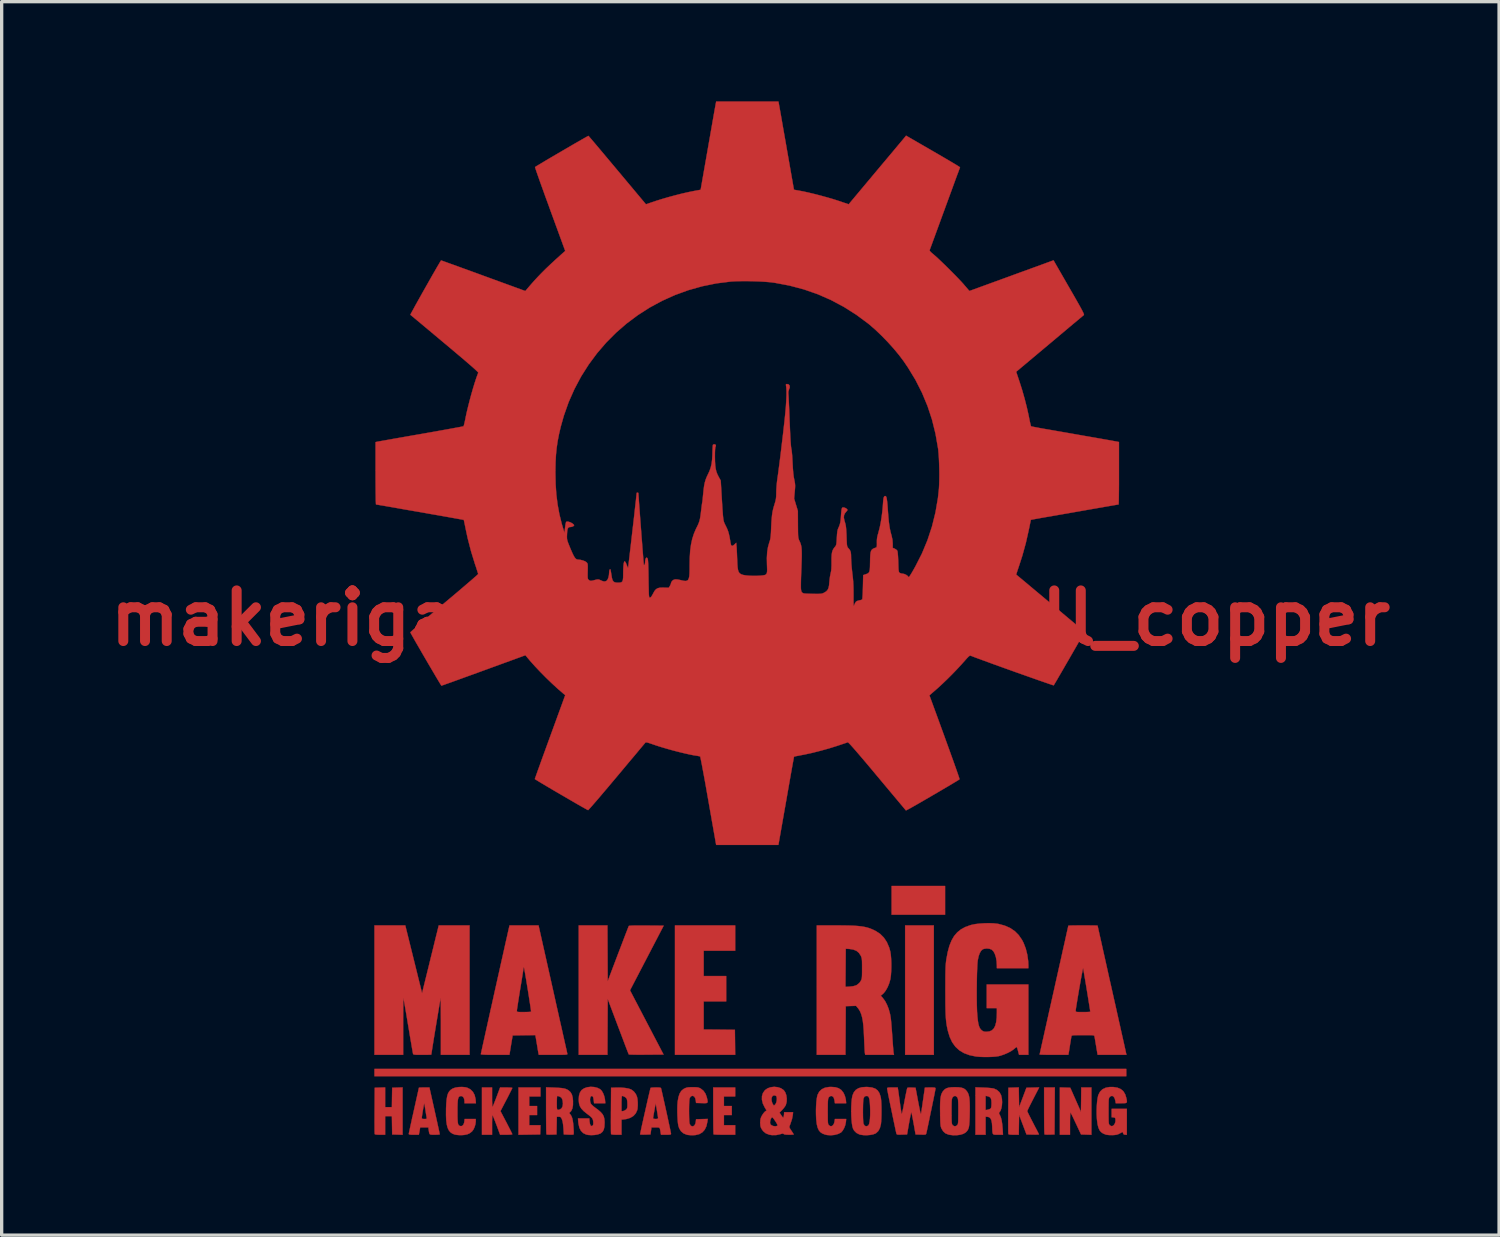
<source format=kicad_pcb>
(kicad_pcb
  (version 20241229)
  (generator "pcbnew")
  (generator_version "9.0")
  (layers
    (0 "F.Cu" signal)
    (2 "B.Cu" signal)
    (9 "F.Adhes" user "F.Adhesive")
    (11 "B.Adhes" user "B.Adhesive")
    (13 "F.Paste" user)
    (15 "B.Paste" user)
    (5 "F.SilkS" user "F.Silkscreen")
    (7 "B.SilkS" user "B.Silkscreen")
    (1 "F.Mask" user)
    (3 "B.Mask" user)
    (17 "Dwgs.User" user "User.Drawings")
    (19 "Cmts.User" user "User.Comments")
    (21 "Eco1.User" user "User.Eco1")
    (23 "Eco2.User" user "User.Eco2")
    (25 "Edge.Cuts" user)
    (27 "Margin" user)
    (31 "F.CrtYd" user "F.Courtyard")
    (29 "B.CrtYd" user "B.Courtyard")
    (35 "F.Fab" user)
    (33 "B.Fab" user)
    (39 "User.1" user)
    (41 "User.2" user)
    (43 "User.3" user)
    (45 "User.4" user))
  (footprint "makeriga_logo_22mm_full_copper"
    (layer "F.Cu")
    (at 19.529 15.55)
    (property "Reference" "makeriga_logo_22mm_full_copper" (at 0 0 0) (layer "F.Cu") (effects (font (size 1.524 1.524) (thickness 0.3))))
    (attr through_hole)
    (fp_poly (pts (xy 5.52 13.14) (xy 4.657 13.14) (xy 4.657 9.246) (xy 5.52 9.246) (xy 5.52 13.14)) (stroke (width 0.01) (type solid)) (fill yes) (layer "F.Cu"))
    (fp_poly (pts (xy 5.859 8.924) (xy 4.25 8.924) (xy 4.25 8.06) (xy 5.859 8.06) (xy 5.859 8.924)) (stroke (width 0.01) (type solid)) (fill yes) (layer "F.Cu"))
    (fp_poly (pts (xy 11.311 13.784) (xy -11.311 13.784) (xy -11.311 13.564) (xy 11.311 13.564) (xy 11.311 13.784)) (stroke (width 0.01) (type solid)) (fill yes) (layer "F.Cu"))
    (fp_poly (pts (xy -6.316 14.393) (xy -6.655 14.393) (xy -6.655 14.681) (xy -6.418 14.681) (xy -6.418 14.952) (xy -6.655 14.952) (xy -6.655 15.257) (xy -6.315 15.257) (xy -6.325 15.536) (xy -6.651 15.541) (xy -6.977 15.546) (xy -6.977 14.122) (xy -6.316 14.122) (xy -6.316 14.393)) (stroke (width 0.01) (type solid)) (fill yes) (layer "F.Cu"))
    (fp_poly (pts (xy -0.457 10.008) (xy -1.405 10.008) (xy -1.405 10.77) (xy -0.728 10.77) (xy -0.728 11.532) (xy -1.405 11.532) (xy -1.405 12.378) (xy -0.936 12.382) (xy -0.466 12.387) (xy -0.461 12.764) (xy -0.457 13.14) (xy -2.269 13.14) (xy -2.269 9.246) (xy -0.457 9.246) (xy -0.457 10.008)) (stroke (width 0.01) (type solid)) (fill yes) (layer "F.Cu"))
    (fp_poly (pts (xy 9.152 15.536) (xy 9.008 15.541) (xy 8.941 15.542) (xy 8.887 15.54) (xy 8.855 15.536) (xy 8.851 15.534) (xy 8.849 15.515) (xy 8.846 15.466) (xy 8.844 15.39) (xy 8.842 15.291) (xy 8.841 15.173) (xy 8.84 15.039) (xy 8.839 14.892) (xy 8.839 14.822) (xy 8.839 14.122) (xy 9.161 14.122) (xy 9.152 15.536)) (stroke (width 0.01) (type solid)) (fill yes) (layer "F.Cu"))
    (fp_poly (pts (xy 9.47 14.126) (xy 9.626 14.131) (xy 9.787 14.495) (xy 9.948 14.859) (xy 9.953 14.491) (xy 9.957 14.122) (xy 10.262 14.122) (xy 10.262 15.546) (xy 10.106 15.541) (xy 9.95 15.536) (xy 9.8 15.215) (xy 9.754 15.118) (xy 9.713 15.031) (xy 9.678 14.959) (xy 9.651 14.907) (xy 9.636 14.879) (xy 9.634 14.877) (xy 9.628 14.887) (xy 9.624 14.929) (xy 9.621 15) (xy 9.619 15.099) (xy 9.618 15.203) (xy 9.618 15.545) (xy 9.313 15.545) (xy 9.313 14.121) (xy 9.47 14.126)) (stroke (width 0.01) (type solid)) (fill yes) (layer "F.Cu"))
    (fp_poly (pts (xy -0.457 14.393) (xy -0.796 14.393) (xy -0.796 14.681) (xy -0.559 14.681) (xy -0.559 14.952) (xy -0.796 14.952) (xy -0.796 15.257) (xy -0.457 15.257) (xy -0.457 15.545) (xy -0.776 15.545) (xy -0.877 15.544) (xy -0.966 15.543) (xy -1.037 15.54) (xy -1.086 15.537) (xy -1.106 15.534) (xy -1.106 15.534) (xy -1.109 15.515) (xy -1.111 15.466) (xy -1.113 15.39) (xy -1.115 15.291) (xy -1.116 15.173) (xy -1.117 15.039) (xy -1.118 14.892) (xy -1.118 14.822) (xy -1.118 14.122) (xy -0.457 14.122) (xy -0.457 14.393)) (stroke (width 0.01) (type solid)) (fill yes) (layer "F.Cu"))
    (fp_poly (pts (xy -10.465 15.546) (xy -10.621 15.541) (xy -10.778 15.536) (xy -10.787 14.986) (xy -10.99 14.986) (xy -10.99 15.545) (xy -11.143 15.545) (xy -11.226 15.543) (xy -11.278 15.537) (xy -11.302 15.527) (xy -11.304 15.524) (xy -11.305 15.503) (xy -11.307 15.451) (xy -11.308 15.374) (xy -11.308 15.273) (xy -11.309 15.154) (xy -11.308 15.019) (xy -11.308 14.873) (xy -11.307 14.817) (xy -11.303 14.131) (xy -11.146 14.126) (xy -10.99 14.121) (xy -10.99 14.715) (xy -10.787 14.715) (xy -10.783 14.423) (xy -10.778 14.131) (xy -10.621 14.126) (xy -10.465 14.121) (xy -10.465 15.546)) (stroke (width 0.01) (type solid)) (fill yes) (layer "F.Cu"))
    (fp_poly (pts (xy 8.081 14.42) (xy 8.086 14.718) (xy 8.307 14.131) (xy 8.69 14.121) (xy 8.511 14.468) (xy 8.46 14.568) (xy 8.414 14.658) (xy 8.376 14.734) (xy 8.349 14.792) (xy 8.334 14.826) (xy 8.331 14.834) (xy 8.339 14.854) (xy 8.36 14.899) (xy 8.392 14.965) (xy 8.434 15.047) (xy 8.482 15.141) (xy 8.505 15.185) (xy 8.555 15.283) (xy 8.601 15.37) (xy 8.639 15.443) (xy 8.666 15.497) (xy 8.682 15.527) (xy 8.684 15.532) (xy 8.671 15.537) (xy 8.63 15.541) (xy 8.568 15.542) (xy 8.5 15.541) (xy 8.309 15.536) (xy 8.086 14.946) (xy 8.076 15.545) (xy 7.924 15.545) (xy 7.841 15.543) (xy 7.789 15.537) (xy 7.765 15.526) (xy 7.763 15.524) (xy 7.762 15.503) (xy 7.76 15.451) (xy 7.759 15.374) (xy 7.759 15.273) (xy 7.758 15.154) (xy 7.759 15.019) (xy 7.759 14.873) (xy 7.76 14.817) (xy 7.764 14.131) (xy 7.92 14.126) (xy 8.076 14.121) (xy 8.081 14.42)) (stroke (width 0.01) (type solid)) (fill yes) (layer "F.Cu"))
    (fp_poly (pts (xy -7.772 14.422) (xy -7.772 14.522) (xy -7.769 14.604) (xy -7.766 14.665) (xy -7.762 14.7) (xy -7.758 14.706) (xy -7.747 14.685) (xy -7.727 14.639) (xy -7.7 14.571) (xy -7.667 14.488) (xy -7.636 14.406) (xy -7.53 14.122) (xy -7.346 14.122) (xy -7.272 14.124) (xy -7.212 14.127) (xy -7.174 14.131) (xy -7.163 14.135) (xy -7.17 14.154) (xy -7.191 14.197) (xy -7.224 14.262) (xy -7.265 14.344) (xy -7.313 14.438) (xy -7.341 14.491) (xy -7.52 14.834) (xy -7.341 15.175) (xy -7.29 15.274) (xy -7.245 15.362) (xy -7.207 15.436) (xy -7.18 15.492) (xy -7.165 15.524) (xy -7.163 15.53) (xy -7.179 15.536) (xy -7.221 15.541) (xy -7.284 15.544) (xy -7.346 15.545) (xy -7.53 15.545) (xy -7.637 15.256) (xy -7.672 15.164) (xy -7.704 15.082) (xy -7.73 15.018) (xy -7.749 14.975) (xy -7.758 14.959) (xy -7.763 14.972) (xy -7.767 15.014) (xy -7.77 15.079) (xy -7.772 15.163) (xy -7.772 15.247) (xy -7.772 15.545) (xy -8.077 15.545) (xy -8.077 14.122) (xy -7.772 14.122) (xy -7.772 14.422)) (stroke (width 0.01) (type solid)) (fill yes) (layer "F.Cu"))
    (fp_poly (pts (xy -4.297 10.086) (xy -4.293 10.926) (xy -3.981 10.103) (xy -3.92 9.944) (xy -3.863 9.795) (xy -3.811 9.658) (xy -3.765 9.537) (xy -3.725 9.434) (xy -3.693 9.352) (xy -3.671 9.295) (xy -3.659 9.266) (xy -3.658 9.263) (xy -3.637 9.257) (xy -3.582 9.253) (xy -3.494 9.25) (xy -3.372 9.249) (xy -3.217 9.249) (xy -3.128 9.25) (xy -2.609 9.254) (xy -3.622 11.199) (xy -3.463 11.505) (xy -3.419 11.588) (xy -3.363 11.696) (xy -3.296 11.824) (xy -3.222 11.966) (xy -3.143 12.117) (xy -3.062 12.272) (xy -2.981 12.426) (xy -2.958 12.471) (xy -2.612 13.132) (xy -3.13 13.136) (xy -3.259 13.137) (xy -3.377 13.137) (xy -3.48 13.136) (xy -3.563 13.134) (xy -3.623 13.132) (xy -3.654 13.129) (xy -3.658 13.128) (xy -3.666 13.11) (xy -3.685 13.063) (xy -3.713 12.991) (xy -3.75 12.896) (xy -3.793 12.781) (xy -3.843 12.649) (xy -3.898 12.504) (xy -3.957 12.348) (xy -3.981 12.285) (xy -4.293 11.456) (xy -4.297 12.298) (xy -4.301 13.14) (xy -5.165 13.14) (xy -5.165 9.246) (xy -4.301 9.246) (xy -4.297 10.086)) (stroke (width 0.01) (type solid)) (fill yes) (layer "F.Cu"))
    (fp_poly (pts (xy -3.89 14.127) (xy -3.77 14.137) (xy -3.668 14.155) (xy -3.591 14.181) (xy -3.585 14.184) (xy -3.507 14.242) (xy -3.445 14.324) (xy -3.412 14.401) (xy -3.397 14.474) (xy -3.389 14.566) (xy -3.388 14.662) (xy -3.394 14.749) (xy -3.404 14.802) (xy -3.448 14.899) (xy -3.518 14.978) (xy -3.614 15.036) (xy -3.731 15.072) (xy -3.776 15.079) (xy -3.878 15.091) (xy -3.878 15.545) (xy -4.031 15.545) (xy -4.114 15.543) (xy -4.166 15.537) (xy -4.19 15.527) (xy -4.192 15.524) (xy -4.193 15.503) (xy -4.195 15.451) (xy -4.196 15.374) (xy -4.196 15.273) (xy -4.197 15.154) (xy -4.196 15.019) (xy -4.196 14.873) (xy -4.195 14.817) (xy -4.194 14.605) (xy -3.878 14.605) (xy -3.878 14.834) (xy -3.836 14.834) (xy -3.796 14.823) (xy -3.752 14.796) (xy -3.747 14.793) (xy -3.723 14.769) (xy -3.709 14.744) (xy -3.702 14.707) (xy -3.7 14.65) (xy -3.7 14.626) (xy -3.703 14.548) (xy -3.713 14.486) (xy -3.724 14.456) (xy -3.758 14.419) (xy -3.809 14.39) (xy -3.861 14.376) (xy -3.863 14.376) (xy -3.869 14.392) (xy -3.873 14.436) (xy -3.876 14.501) (xy -3.878 14.582) (xy -3.878 14.605) (xy -4.194 14.605) (xy -4.191 14.131) (xy -4.022 14.126) (xy -3.89 14.127)) (stroke (width 0.01) (type solid)) (fill yes) (layer "F.Cu"))
    (fp_poly (pts (xy 7.023 14.127) (xy 7.117 14.131) (xy 7.203 14.138) (xy 7.275 14.146) (xy 7.322 14.154) (xy 7.332 14.157) (xy 7.427 14.203) (xy 7.497 14.268) (xy 7.544 14.353) (xy 7.569 14.462) (xy 7.575 14.563) (xy 7.569 14.659) (xy 7.553 14.746) (xy 7.529 14.817) (xy 7.499 14.864) (xy 7.486 14.875) (xy 7.481 14.895) (xy 7.498 14.938) (xy 7.509 14.957) (xy 7.538 15.025) (xy 7.562 15.115) (xy 7.579 15.233) (xy 7.592 15.38) (xy 7.593 15.397) (xy 7.601 15.545) (xy 7.45 15.545) (xy 7.385 15.545) (xy 7.34 15.542) (xy 7.31 15.531) (xy 7.293 15.507) (xy 7.284 15.464) (xy 7.28 15.398) (xy 7.277 15.308) (xy 7.269 15.193) (xy 7.252 15.109) (xy 7.225 15.052) (xy 7.187 15.018) (xy 7.142 15.006) (xy 7.078 15.001) (xy 7.078 15.545) (xy 6.773 15.545) (xy 6.773 14.804) (xy 7.078 14.804) (xy 7.142 14.792) (xy 7.19 14.778) (xy 7.227 14.759) (xy 7.231 14.756) (xy 7.245 14.729) (xy 7.253 14.68) (xy 7.256 14.604) (xy 7.256 14.596) (xy 7.252 14.511) (xy 7.238 14.453) (xy 7.21 14.416) (xy 7.164 14.393) (xy 7.133 14.385) (xy 7.078 14.374) (xy 7.078 14.804) (xy 6.773 14.804) (xy 6.773 14.118) (xy 7.023 14.127)) (stroke (width 0.01) (type solid)) (fill yes) (layer "F.Cu"))
    (fp_poly (pts (xy -8.582 14.115) (xy -8.522 14.129) (xy -8.426 14.178) (xy -8.351 14.252) (xy -8.298 14.349) (xy -8.27 14.466) (xy -8.267 14.49) (xy -8.259 14.597) (xy -8.602 14.597) (xy -8.602 14.538) (xy -8.612 14.465) (xy -8.639 14.412) (xy -8.679 14.383) (xy -8.729 14.383) (xy -8.752 14.392) (xy -8.771 14.407) (xy -8.786 14.433) (xy -8.797 14.472) (xy -8.805 14.529) (xy -8.81 14.608) (xy -8.813 14.713) (xy -8.813 14.847) (xy -8.813 14.867) (xy -8.813 14.994) (xy -8.81 15.091) (xy -8.805 15.163) (xy -8.797 15.214) (xy -8.784 15.247) (xy -8.765 15.268) (xy -8.741 15.28) (xy -8.727 15.284) (xy -8.679 15.282) (xy -8.64 15.249) (xy -8.614 15.19) (xy -8.607 15.149) (xy -8.598 15.071) (xy -8.263 15.071) (xy -8.263 15.146) (xy -8.273 15.226) (xy -8.298 15.311) (xy -8.334 15.389) (xy -8.376 15.445) (xy -8.378 15.447) (xy -8.446 15.5) (xy -8.52 15.533) (xy -8.61 15.551) (xy -8.678 15.556) (xy -8.765 15.556) (xy -8.846 15.548) (xy -8.895 15.539) (xy -8.968 15.51) (xy -9.028 15.468) (xy -9.075 15.41) (xy -9.111 15.332) (xy -9.136 15.233) (xy -9.152 15.109) (xy -9.158 14.957) (xy -9.157 14.776) (xy -9.157 14.757) (xy -9.15 14.604) (xy -9.139 14.48) (xy -9.122 14.381) (xy -9.098 14.304) (xy -9.065 14.245) (xy -9.022 14.198) (xy -8.967 14.161) (xy -8.952 14.153) (xy -8.876 14.126) (xy -8.781 14.111) (xy -8.679 14.107) (xy -8.582 14.115)) (stroke (width 0.01) (type solid)) (fill yes) (layer "F.Cu"))
    (fp_poly (pts (xy 2.554 14.115) (xy 2.654 14.145) (xy 2.734 14.197) (xy 2.796 14.274) (xy 2.816 14.311) (xy 2.846 14.383) (xy 2.867 14.462) (xy 2.874 14.501) (xy 2.883 14.597) (xy 2.544 14.597) (xy 2.532 14.516) (xy 2.519 14.461) (xy 2.501 14.418) (xy 2.494 14.406) (xy 2.451 14.379) (xy 2.404 14.383) (xy 2.363 14.415) (xy 2.358 14.422) (xy 2.348 14.441) (xy 2.341 14.465) (xy 2.336 14.5) (xy 2.332 14.55) (xy 2.33 14.619) (xy 2.329 14.713) (xy 2.328 14.836) (xy 2.328 14.844) (xy 2.329 14.967) (xy 2.329 15.061) (xy 2.331 15.13) (xy 2.334 15.179) (xy 2.339 15.212) (xy 2.346 15.234) (xy 2.356 15.249) (xy 2.361 15.255) (xy 2.404 15.286) (xy 2.448 15.285) (xy 2.488 15.257) (xy 2.518 15.204) (xy 2.532 15.148) (xy 2.544 15.071) (xy 2.883 15.071) (xy 2.874 15.166) (xy 2.856 15.254) (xy 2.823 15.341) (xy 2.78 15.417) (xy 2.733 15.472) (xy 2.724 15.479) (xy 2.638 15.522) (xy 2.533 15.55) (xy 2.419 15.561) (xy 2.306 15.553) (xy 2.241 15.537) (xy 2.163 15.506) (xy 2.102 15.463) (xy 2.056 15.404) (xy 2.022 15.326) (xy 1.998 15.224) (xy 1.983 15.093) (xy 1.98 15.056) (xy 1.975 14.934) (xy 1.974 14.806) (xy 1.978 14.679) (xy 1.986 14.56) (xy 1.998 14.456) (xy 2.014 14.374) (xy 2.023 14.343) (xy 2.073 14.248) (xy 2.147 14.177) (xy 2.245 14.13) (xy 2.367 14.108) (xy 2.429 14.106) (xy 2.554 14.115)) (stroke (width 0.01) (type solid)) (fill yes) (layer "F.Cu"))
    (fp_poly (pts (xy -4.702 14.109) (xy -4.602 14.134) (xy -4.518 14.176) (xy -4.473 14.223) (xy -4.431 14.295) (xy -4.398 14.38) (xy -4.377 14.471) (xy -4.375 14.491) (xy -4.364 14.597) (xy -4.703 14.597) (xy -4.715 14.494) (xy -4.728 14.423) (xy -4.748 14.385) (xy -4.777 14.379) (xy -4.801 14.394) (xy -4.818 14.427) (xy -4.825 14.479) (xy -4.822 14.539) (xy -4.807 14.594) (xy -4.799 14.612) (xy -4.771 14.646) (xy -4.725 14.688) (xy -4.677 14.725) (xy -4.575 14.801) (xy -4.499 14.868) (xy -4.445 14.931) (xy -4.411 14.998) (xy -4.393 15.072) (xy -4.386 15.161) (xy -4.386 15.19) (xy -4.392 15.302) (xy -4.411 15.387) (xy -4.445 15.451) (xy -4.497 15.497) (xy -4.523 15.512) (xy -4.596 15.537) (xy -4.688 15.552) (xy -4.787 15.557) (xy -4.88 15.551) (xy -4.942 15.538) (xy -5.031 15.494) (xy -5.098 15.426) (xy -5.145 15.334) (xy -5.172 15.215) (xy -5.177 15.172) (xy -5.187 15.054) (xy -4.847 15.054) (xy -4.839 15.148) (xy -4.827 15.22) (xy -4.807 15.267) (xy -4.779 15.285) (xy -4.749 15.273) (xy -4.732 15.249) (xy -4.726 15.21) (xy -4.728 15.16) (xy -4.734 15.112) (xy -4.747 15.072) (xy -4.771 15.035) (xy -4.81 14.996) (xy -4.87 14.948) (xy -4.922 14.909) (xy -5.018 14.831) (xy -5.087 14.757) (xy -5.132 14.682) (xy -5.156 14.599) (xy -5.165 14.501) (xy -5.165 14.488) (xy -5.157 14.374) (xy -5.132 14.284) (xy -5.089 14.214) (xy -5.073 14.197) (xy -5.002 14.148) (xy -4.911 14.116) (xy -4.808 14.103) (xy -4.702 14.109)) (stroke (width 0.01) (type solid)) (fill yes) (layer "F.Cu"))
    (fp_poly (pts (xy -1.654 14.115) (xy -1.597 14.119) (xy -1.554 14.128) (xy -1.518 14.143) (xy -1.495 14.155) (xy -1.411 14.222) (xy -1.348 14.315) (xy -1.31 14.423) (xy -1.293 14.499) (xy -1.286 14.549) (xy -1.294 14.578) (xy -1.322 14.592) (xy -1.375 14.595) (xy -1.456 14.593) (xy -1.46 14.593) (xy -1.634 14.588) (xy -1.644 14.506) (xy -1.661 14.439) (xy -1.693 14.394) (xy -1.732 14.374) (xy -1.773 14.381) (xy -1.81 14.415) (xy -1.828 14.45) (xy -1.834 14.484) (xy -1.839 14.546) (xy -1.843 14.628) (xy -1.845 14.724) (xy -1.846 14.826) (xy -1.845 14.93) (xy -1.843 15.027) (xy -1.84 15.111) (xy -1.835 15.176) (xy -1.829 15.215) (xy -1.828 15.217) (xy -1.796 15.269) (xy -1.757 15.292) (xy -1.716 15.288) (xy -1.679 15.258) (xy -1.652 15.204) (xy -1.644 15.162) (xy -1.634 15.079) (xy -1.282 15.069) (xy -1.294 15.154) (xy -1.323 15.287) (xy -1.374 15.393) (xy -1.446 15.473) (xy -1.539 15.527) (xy -1.655 15.555) (xy -1.751 15.56) (xy -1.817 15.557) (xy -1.878 15.551) (xy -1.908 15.546) (xy -2.008 15.506) (xy -2.086 15.441) (xy -2.142 15.351) (xy -2.168 15.269) (xy -2.179 15.198) (xy -2.188 15.102) (xy -2.194 14.989) (xy -2.198 14.869) (xy -2.198 14.751) (xy -2.195 14.642) (xy -2.188 14.551) (xy -2.186 14.537) (xy -2.162 14.407) (xy -2.128 14.305) (xy -2.08 14.228) (xy -2.017 14.173) (xy -1.99 14.157) (xy -1.946 14.137) (xy -1.904 14.124) (xy -1.854 14.117) (xy -1.787 14.114) (xy -1.736 14.114) (xy -1.654 14.115)) (stroke (width 0.01) (type solid)) (fill yes) (layer "F.Cu"))
    (fp_poly (pts (xy 3.538 14.109) (xy 3.661 14.124) (xy 3.757 14.157) (xy 3.83 14.212) (xy 3.883 14.292) (xy 3.918 14.398) (xy 3.929 14.453) (xy 3.936 14.518) (xy 3.941 14.607) (xy 3.944 14.714) (xy 3.945 14.83) (xy 3.944 14.946) (xy 3.941 15.055) (xy 3.936 15.149) (xy 3.929 15.219) (xy 3.927 15.231) (xy 3.897 15.345) (xy 3.85 15.432) (xy 3.784 15.495) (xy 3.76 15.509) (xy 3.694 15.534) (xy 3.605 15.551) (xy 3.506 15.559) (xy 3.406 15.557) (xy 3.318 15.545) (xy 3.283 15.536) (xy 3.192 15.49) (xy 3.122 15.42) (xy 3.089 15.36) (xy 3.07 15.295) (xy 3.055 15.204) (xy 3.044 15.092) (xy 3.037 14.968) (xy 3.035 14.85) (xy 3.387 14.85) (xy 3.388 14.953) (xy 3.39 15.048) (xy 3.394 15.128) (xy 3.399 15.187) (xy 3.405 15.217) (xy 3.437 15.269) (xy 3.478 15.291) (xy 3.525 15.281) (xy 3.554 15.259) (xy 3.573 15.222) (xy 3.588 15.155) (xy 3.599 15.064) (xy 3.605 14.952) (xy 3.606 14.823) (xy 3.602 14.69) (xy 3.595 14.574) (xy 3.584 14.488) (xy 3.569 14.43) (xy 3.547 14.394) (xy 3.517 14.379) (xy 3.478 14.38) (xy 3.464 14.383) (xy 3.429 14.404) (xy 3.407 14.45) (xy 3.404 14.457) (xy 3.398 14.497) (xy 3.393 14.564) (xy 3.39 14.649) (xy 3.388 14.747) (xy 3.387 14.85) (xy 3.035 14.85) (xy 3.034 14.837) (xy 3.036 14.707) (xy 3.042 14.584) (xy 3.052 14.476) (xy 3.067 14.389) (xy 3.073 14.363) (xy 3.114 14.267) (xy 3.173 14.195) (xy 3.253 14.145) (xy 3.356 14.116) (xy 3.484 14.107) (xy 3.538 14.109)) (stroke (width 0.01) (type solid)) (fill yes) (layer "F.Cu"))
    (fp_poly (pts (xy -9.502 14.821) (xy -9.469 14.97) (xy -9.438 15.108) (xy -9.411 15.233) (xy -9.387 15.341) (xy -9.368 15.428) (xy -9.355 15.491) (xy -9.348 15.526) (xy -9.347 15.532) (xy -9.363 15.538) (xy -9.405 15.542) (xy -9.466 15.544) (xy -9.498 15.545) (xy -9.573 15.545) (xy -9.62 15.54) (xy -9.648 15.527) (xy -9.663 15.498) (xy -9.672 15.448) (xy -9.678 15.405) (xy -9.69 15.325) (xy -9.936 15.325) (xy -9.947 15.388) (xy -9.957 15.445) (xy -9.967 15.495) (xy -9.967 15.498) (xy -9.976 15.545) (xy -10.127 15.545) (xy -10.202 15.544) (xy -10.248 15.54) (xy -10.272 15.532) (xy -10.279 15.521) (xy -10.275 15.499) (xy -10.265 15.448) (xy -10.248 15.372) (xy -10.227 15.273) (xy -10.201 15.156) (xy -10.177 15.043) (xy -9.889 15.043) (xy -9.881 15.061) (xy -9.853 15.069) (xy -9.811 15.071) (xy -9.763 15.07) (xy -9.742 15.062) (xy -9.738 15.044) (xy -9.742 15.024) (xy -9.748 14.989) (xy -9.758 14.929) (xy -9.77 14.853) (xy -9.78 14.787) (xy -9.792 14.712) (xy -9.802 14.652) (xy -9.81 14.612) (xy -9.814 14.601) (xy -9.819 14.619) (xy -9.828 14.662) (xy -9.839 14.724) (xy -9.852 14.796) (xy -9.864 14.871) (xy -9.875 14.941) (xy -9.884 14.999) (xy -9.889 15.035) (xy -9.889 15.043) (xy -10.177 15.043) (xy -10.172 15.024) (xy -10.14 14.88) (xy -10.126 14.817) (xy -10.093 14.67) (xy -10.063 14.534) (xy -10.036 14.412) (xy -10.012 14.307) (xy -9.994 14.224) (xy -9.981 14.165) (xy -9.974 14.134) (xy -9.974 14.13) (xy -9.958 14.127) (xy -9.916 14.124) (xy -9.855 14.123) (xy -9.816 14.122) (xy -9.658 14.122) (xy -9.502 14.821)) (stroke (width 0.01) (type solid)) (fill yes) (layer "F.Cu"))
    (fp_poly (pts (xy -5.897 14.127) (xy -5.776 14.133) (xy -5.683 14.14) (xy -5.612 14.151) (xy -5.555 14.167) (xy -5.507 14.188) (xy -5.469 14.211) (xy -5.411 14.265) (xy -5.37 14.337) (xy -5.346 14.433) (xy -5.337 14.524) (xy -5.338 14.654) (xy -5.357 14.757) (xy -5.393 14.831) (xy -5.411 14.852) (xy -5.451 14.889) (xy -5.411 14.942) (xy -5.383 14.987) (xy -5.361 15.044) (xy -5.344 15.118) (xy -5.331 15.214) (xy -5.321 15.339) (xy -5.321 15.339) (xy -5.316 15.432) (xy -5.315 15.494) (xy -5.319 15.529) (xy -5.326 15.539) (xy -5.352 15.542) (xy -5.401 15.543) (xy -5.465 15.542) (xy -5.479 15.541) (xy -5.613 15.536) (xy -5.625 15.346) (xy -5.636 15.23) (xy -5.651 15.142) (xy -5.671 15.079) (xy -5.671 15.079) (xy -5.694 15.033) (xy -5.715 15.011) (xy -5.746 15.003) (xy -5.764 15.003) (xy -5.824 15.003) (xy -5.834 15.536) (xy -5.978 15.541) (xy -6.045 15.542) (xy -6.099 15.54) (xy -6.131 15.536) (xy -6.135 15.534) (xy -6.137 15.515) (xy -6.14 15.466) (xy -6.142 15.39) (xy -6.144 15.291) (xy -6.145 15.173) (xy -6.146 15.038) (xy -6.147 14.892) (xy -6.147 14.82) (xy -6.147 14.588) (xy -5.825 14.588) (xy -5.825 14.68) (xy -5.822 14.742) (xy -5.815 14.779) (xy -5.802 14.796) (xy -5.779 14.797) (xy -5.745 14.788) (xy -5.726 14.781) (xy -5.68 14.748) (xy -5.651 14.691) (xy -5.64 14.615) (xy -5.648 14.526) (xy -5.657 14.489) (xy -5.679 14.439) (xy -5.717 14.408) (xy -5.733 14.4) (xy -5.775 14.384) (xy -5.805 14.377) (xy -5.808 14.376) (xy -5.816 14.393) (xy -5.821 14.441) (xy -5.824 14.518) (xy -5.825 14.588) (xy -6.147 14.588) (xy -6.147 14.118) (xy -5.897 14.127)) (stroke (width 0.01) (type solid)) (fill yes) (layer "F.Cu"))
    (fp_poly (pts (xy 11.046 14.129) (xy 11.147 14.172) (xy 11.225 14.239) (xy 11.28 14.332) (xy 11.31 14.43) (xy 11.326 14.503) (xy 11.33 14.551) (xy 11.32 14.579) (xy 11.29 14.592) (xy 11.235 14.596) (xy 11.161 14.597) (xy 10.994 14.597) (xy 10.983 14.525) (xy 10.962 14.449) (xy 10.93 14.399) (xy 10.89 14.376) (xy 10.846 14.383) (xy 10.81 14.412) (xy 10.8 14.426) (xy 10.792 14.444) (xy 10.786 14.471) (xy 10.782 14.512) (xy 10.78 14.57) (xy 10.779 14.651) (xy 10.778 14.759) (xy 10.778 14.835) (xy 10.778 14.959) (xy 10.779 15.054) (xy 10.78 15.124) (xy 10.783 15.174) (xy 10.787 15.208) (xy 10.794 15.23) (xy 10.803 15.246) (xy 10.815 15.259) (xy 10.816 15.26) (xy 10.858 15.285) (xy 10.901 15.281) (xy 10.939 15.252) (xy 10.969 15.204) (xy 10.986 15.141) (xy 10.986 15.08) (xy 10.978 15.043) (xy 10.954 15.027) (xy 10.926 15.023) (xy 10.871 15.018) (xy 10.871 14.766) (xy 11.328 14.766) (xy 11.328 15.545) (xy 11.278 15.545) (xy 11.239 15.538) (xy 11.22 15.512) (xy 11.217 15.502) (xy 11.207 15.471) (xy 11.202 15.46) (xy 11.186 15.468) (xy 11.149 15.487) (xy 11.116 15.506) (xy 11.063 15.531) (xy 11.01 15.546) (xy 10.942 15.554) (xy 10.898 15.556) (xy 10.801 15.555) (xy 10.72 15.546) (xy 10.689 15.538) (xy 10.612 15.506) (xy 10.552 15.464) (xy 10.506 15.408) (xy 10.473 15.332) (xy 10.448 15.233) (xy 10.431 15.106) (xy 10.427 15.064) (xy 10.42 14.943) (xy 10.419 14.813) (xy 10.424 14.683) (xy 10.433 14.56) (xy 10.447 14.452) (xy 10.465 14.367) (xy 10.473 14.343) (xy 10.523 14.248) (xy 10.595 14.177) (xy 10.691 14.131) (xy 10.811 14.109) (xy 10.921 14.109) (xy 11.046 14.129)) (stroke (width 0.01) (type solid)) (fill yes) (layer "F.Cu"))
    (fp_poly (pts (xy -2.772 14.123) (xy -2.727 14.126) (xy -2.702 14.132) (xy -2.689 14.144) (xy -2.684 14.161) (xy -2.664 14.245) (xy -2.641 14.349) (xy -2.614 14.467) (xy -2.586 14.594) (xy -2.556 14.728) (xy -2.526 14.864) (xy -2.497 14.997) (xy -2.47 15.123) (xy -2.445 15.239) (xy -2.423 15.34) (xy -2.406 15.422) (xy -2.394 15.48) (xy -2.388 15.511) (xy -2.388 15.514) (xy -2.391 15.529) (xy -2.406 15.538) (xy -2.438 15.543) (xy -2.495 15.545) (xy -2.538 15.545) (xy -2.689 15.545) (xy -2.7 15.481) (xy -2.712 15.408) (xy -2.722 15.362) (xy -2.737 15.337) (xy -2.762 15.326) (xy -2.802 15.324) (xy -2.852 15.325) (xy -2.976 15.325) (xy -2.991 15.431) (xy -3.006 15.536) (xy -3.162 15.541) (xy -3.23 15.542) (xy -3.284 15.54) (xy -3.314 15.536) (xy -3.319 15.533) (xy -3.315 15.512) (xy -3.305 15.464) (xy -3.289 15.39) (xy -3.269 15.297) (xy -3.245 15.187) (xy -3.217 15.066) (xy -3.214 15.05) (xy -2.928 15.05) (xy -2.913 15.064) (xy -2.866 15.07) (xy -2.853 15.071) (xy -2.805 15.068) (xy -2.782 15.058) (xy -2.777 15.041) (xy -2.78 15.013) (xy -2.788 14.96) (xy -2.799 14.889) (xy -2.811 14.817) (xy -2.824 14.738) (xy -2.836 14.672) (xy -2.843 14.625) (xy -2.847 14.605) (xy -2.85 14.615) (xy -2.858 14.651) (xy -2.869 14.706) (xy -2.881 14.774) (xy -2.895 14.847) (xy -2.908 14.918) (xy -2.918 14.98) (xy -2.926 15.027) (xy -2.928 15.05) (xy -3.214 15.05) (xy -3.189 14.938) (xy -3.159 14.806) (xy -3.129 14.675) (xy -3.101 14.549) (xy -3.074 14.432) (xy -3.05 14.329) (xy -3.03 14.244) (xy -3.015 14.181) (xy -3.006 14.144) (xy -3.004 14.136) (xy -2.984 14.13) (xy -2.939 14.125) (xy -2.876 14.123) (xy -2.844 14.122) (xy -2.772 14.123)) (stroke (width 0.01) (type solid)) (fill yes) (layer "F.Cu"))
    (fp_poly (pts (xy -10.131 10.266) (xy -9.879 11.286) (xy -9.662 10.406) (xy -9.62 10.233) (xy -9.579 10.067) (xy -9.54 9.91) (xy -9.505 9.766) (xy -9.474 9.639) (xy -9.448 9.533) (xy -9.427 9.451) (xy -9.414 9.397) (xy -9.411 9.385) (xy -9.377 9.246) (xy -8.45 9.246) (xy -8.45 13.14) (xy -9.313 13.14) (xy -9.313 12.282) (xy -9.313 12.116) (xy -9.314 11.96) (xy -9.315 11.819) (xy -9.315 11.694) (xy -9.316 11.59) (xy -9.318 11.51) (xy -9.319 11.456) (xy -9.32 11.433) (xy -9.321 11.432) (xy -9.324 11.449) (xy -9.333 11.495) (xy -9.345 11.568) (xy -9.361 11.662) (xy -9.38 11.774) (xy -9.401 11.901) (xy -9.424 12.038) (xy -9.448 12.181) (xy -9.472 12.327) (xy -9.496 12.472) (xy -9.519 12.612) (xy -9.54 12.743) (xy -9.559 12.862) (xy -9.575 12.963) (xy -9.588 13.045) (xy -9.597 13.102) (xy -9.601 13.131) (xy -9.601 13.133) (xy -9.617 13.136) (xy -9.661 13.138) (xy -9.728 13.139) (xy -9.812 13.14) (xy -9.871 13.14) (xy -9.973 13.14) (xy -10.046 13.139) (xy -10.095 13.136) (xy -10.126 13.131) (xy -10.142 13.123) (xy -10.149 13.113) (xy -10.15 13.111) (xy -10.154 13.088) (xy -10.164 13.036) (xy -10.178 12.957) (xy -10.195 12.855) (xy -10.216 12.733) (xy -10.24 12.594) (xy -10.265 12.441) (xy -10.293 12.279) (xy -10.296 12.26) (xy -10.323 12.098) (xy -10.348 11.946) (xy -10.372 11.808) (xy -10.393 11.686) (xy -10.411 11.585) (xy -10.425 11.506) (xy -10.435 11.455) (xy -10.44 11.433) (xy -10.44 11.432) (xy -10.442 11.447) (xy -10.443 11.493) (xy -10.444 11.566) (xy -10.445 11.663) (xy -10.446 11.782) (xy -10.447 11.919) (xy -10.448 12.071) (xy -10.448 12.235) (xy -10.448 12.282) (xy -10.448 13.14) (xy -11.311 13.14) (xy -11.311 9.246) (xy -10.384 9.246) (xy -10.131 10.266)) (stroke (width 0.01) (type solid)) (fill yes) (layer "F.Cu"))
    (fp_poly (pts (xy 6.267 14.117) (xy 6.352 14.129) (xy 6.417 14.15) (xy 6.469 14.185) (xy 6.511 14.232) (xy 6.54 14.276) (xy 6.563 14.326) (xy 6.58 14.388) (xy 6.592 14.464) (xy 6.599 14.56) (xy 6.602 14.679) (xy 6.602 14.826) (xy 6.601 14.891) (xy 6.598 15.035) (xy 6.593 15.15) (xy 6.586 15.241) (xy 6.576 15.31) (xy 6.56 15.364) (xy 6.539 15.407) (xy 6.512 15.442) (xy 6.477 15.476) (xy 6.472 15.48) (xy 6.406 15.518) (xy 6.316 15.545) (xy 6.212 15.559) (xy 6.102 15.56) (xy 5.994 15.547) (xy 5.956 15.538) (xy 5.869 15.502) (xy 5.803 15.443) (xy 5.751 15.359) (xy 5.74 15.331) (xy 5.731 15.301) (xy 5.724 15.265) (xy 5.719 15.216) (xy 5.715 15.15) (xy 5.713 15.062) (xy 5.71 14.947) (xy 5.71 14.891) (xy 5.709 14.844) (xy 6.054 14.844) (xy 6.054 14.967) (xy 6.055 15.061) (xy 6.057 15.13) (xy 6.06 15.179) (xy 6.065 15.212) (xy 6.072 15.234) (xy 6.081 15.249) (xy 6.086 15.255) (xy 6.123 15.282) (xy 6.155 15.291) (xy 6.194 15.279) (xy 6.225 15.255) (xy 6.235 15.241) (xy 6.243 15.223) (xy 6.249 15.195) (xy 6.253 15.154) (xy 6.255 15.094) (xy 6.256 15.012) (xy 6.257 14.903) (xy 6.257 14.844) (xy 6.257 14.719) (xy 6.256 14.624) (xy 6.253 14.553) (xy 6.25 14.502) (xy 6.245 14.467) (xy 6.237 14.442) (xy 6.227 14.423) (xy 6.227 14.422) (xy 6.188 14.385) (xy 6.155 14.376) (xy 6.111 14.393) (xy 6.084 14.422) (xy 6.074 14.441) (xy 6.066 14.465) (xy 6.061 14.5) (xy 6.057 14.55) (xy 6.055 14.619) (xy 6.054 14.713) (xy 6.054 14.836) (xy 6.054 14.844) (xy 5.709 14.844) (xy 5.708 14.732) (xy 5.71 14.603) (xy 5.716 14.498) (xy 5.726 14.415) (xy 5.74 14.348) (xy 5.761 14.294) (xy 5.787 14.248) (xy 5.799 14.232) (xy 5.844 14.183) (xy 5.895 14.15) (xy 5.961 14.128) (xy 6.047 14.117) (xy 6.155 14.114) (xy 6.267 14.117)) (stroke (width 0.01) (type solid)) (fill yes) (layer "F.Cu"))
    (fp_poly (pts (xy 2.57 9.246) (xy 2.778 9.247) (xy 2.956 9.25) (xy 3.109 9.255) (xy 3.239 9.264) (xy 3.351 9.277) (xy 3.449 9.294) (xy 3.537 9.316) (xy 3.618 9.344) (xy 3.696 9.377) (xy 3.767 9.412) (xy 3.904 9.501) (xy 4.017 9.614) (xy 4.108 9.751) (xy 4.177 9.913) (xy 4.211 10.033) (xy 4.225 10.123) (xy 4.235 10.238) (xy 4.241 10.367) (xy 4.241 10.503) (xy 4.237 10.635) (xy 4.228 10.756) (xy 4.214 10.854) (xy 4.211 10.871) (xy 4.177 10.989) (xy 4.131 11.102) (xy 4.076 11.201) (xy 4.017 11.279) (xy 3.993 11.302) (xy 3.924 11.361) (xy 3.987 11.432) (xy 4.052 11.52) (xy 4.111 11.633) (xy 4.162 11.762) (xy 4.199 11.896) (xy 4.208 11.938) (xy 4.215 11.981) (xy 4.223 12.029) (xy 4.23 12.085) (xy 4.237 12.153) (xy 4.244 12.236) (xy 4.252 12.339) (xy 4.262 12.465) (xy 4.273 12.617) (xy 4.285 12.793) (xy 4.292 12.886) (xy 4.299 12.971) (xy 4.305 13.039) (xy 4.31 13.084) (xy 4.312 13.094) (xy 4.322 13.14) (xy 3.457 13.14) (xy 3.447 13.094) (xy 3.444 13.064) (xy 3.439 13.006) (xy 3.435 12.925) (xy 3.43 12.825) (xy 3.425 12.712) (xy 3.421 12.615) (xy 3.412 12.423) (xy 3.4 12.26) (xy 3.384 12.124) (xy 3.362 12.01) (xy 3.335 11.915) (xy 3.302 11.835) (xy 3.261 11.766) (xy 3.226 11.721) (xy 3.179 11.666) (xy 2.87 11.676) (xy 2.866 12.408) (xy 2.861 13.14) (xy 1.998 13.14) (xy 1.998 11.096) (xy 2.861 11.096) (xy 2.996 11.087) (xy 3.091 11.076) (xy 3.164 11.056) (xy 3.204 11.038) (xy 3.279 10.978) (xy 3.319 10.922) (xy 3.334 10.893) (xy 3.345 10.866) (xy 3.353 10.835) (xy 3.357 10.793) (xy 3.36 10.735) (xy 3.361 10.655) (xy 3.361 10.547) (xy 3.361 10.541) (xy 3.361 10.431) (xy 3.36 10.349) (xy 3.357 10.289) (xy 3.352 10.245) (xy 3.344 10.211) (xy 3.333 10.181) (xy 3.321 10.155) (xy 3.266 10.072) (xy 3.193 10.011) (xy 3.098 9.973) (xy 2.979 9.954) (xy 2.963 9.953) (xy 2.87 9.948) (xy 2.866 10.522) (xy 2.861 11.096) (xy 1.998 11.096) (xy 1.998 9.246) (xy 2.57 9.246)) (stroke (width 0.01) (type solid)) (fill yes) (layer "F.Cu"))
    (fp_poly (pts (xy 0.823 14.114) (xy 0.921 14.146) (xy 1.002 14.202) (xy 1.004 14.203) (xy 1.05 14.269) (xy 1.081 14.355) (xy 1.095 14.452) (xy 1.092 14.551) (xy 1.069 14.642) (xy 1.058 14.667) (xy 1.03 14.71) (xy 0.988 14.763) (xy 0.953 14.802) (xy 0.877 14.881) (xy 0.933 14.963) (xy 0.964 15.008) (xy 0.983 15.027) (xy 0.993 15.025) (xy 1 15.005) (xy 1.001 15.003) (xy 1.011 14.952) (xy 1.014 14.914) (xy 1.016 14.867) (xy 1.285 14.867) (xy 1.276 14.956) (xy 1.252 15.076) (xy 1.204 15.219) (xy 1.185 15.267) (xy 1.175 15.296) (xy 1.175 15.321) (xy 1.188 15.352) (xy 1.217 15.398) (xy 1.234 15.422) (xy 1.268 15.474) (xy 1.293 15.514) (xy 1.304 15.534) (xy 1.304 15.535) (xy 1.288 15.54) (xy 1.247 15.543) (xy 1.187 15.545) (xy 1.162 15.545) (xy 1.079 15.542) (xy 1.026 15.535) (xy 1.001 15.522) (xy 0.985 15.51) (xy 0.958 15.511) (xy 0.912 15.524) (xy 0.893 15.53) (xy 0.775 15.555) (xy 0.647 15.556) (xy 0.569 15.543) (xy 0.467 15.504) (xy 0.386 15.438) (xy 0.343 15.378) (xy 0.316 15.327) (xy 0.302 15.277) (xy 0.297 15.215) (xy 0.296 15.181) (xy 0.297 15.177) (xy 0.592 15.177) (xy 0.6 15.222) (xy 0.606 15.233) (xy 0.645 15.266) (xy 0.702 15.286) (xy 0.762 15.29) (xy 0.81 15.276) (xy 0.817 15.262) (xy 0.809 15.234) (xy 0.784 15.188) (xy 0.754 15.141) (xy 0.717 15.086) (xy 0.685 15.044) (xy 0.664 15.022) (xy 0.661 15.02) (xy 0.634 15.035) (xy 0.613 15.073) (xy 0.598 15.124) (xy 0.592 15.177) (xy 0.297 15.177) (xy 0.299 15.108) (xy 0.31 15.053) (xy 0.332 14.998) (xy 0.347 14.971) (xy 0.382 14.915) (xy 0.419 14.868) (xy 0.442 14.846) (xy 0.487 14.814) (xy 0.431 14.721) (xy 0.375 14.605) (xy 0.353 14.512) (xy 0.636 14.512) (xy 0.658 14.587) (xy 0.681 14.632) (xy 0.701 14.659) (xy 0.709 14.664) (xy 0.729 14.652) (xy 0.757 14.621) (xy 0.761 14.615) (xy 0.782 14.568) (xy 0.794 14.508) (xy 0.796 14.447) (xy 0.787 14.399) (xy 0.776 14.38) (xy 0.739 14.362) (xy 0.696 14.363) (xy 0.664 14.381) (xy 0.638 14.439) (xy 0.636 14.512) (xy 0.353 14.512) (xy 0.348 14.491) (xy 0.349 14.385) (xy 0.379 14.288) (xy 0.437 14.207) (xy 0.438 14.205) (xy 0.517 14.149) (xy 0.613 14.115) (xy 0.718 14.103) (xy 0.823 14.114)) (stroke (width 0.01) (type solid)) (fill yes) (layer "F.Cu"))
    (fp_poly (pts (xy 4.441 14.169) (xy 4.446 14.2) (xy 4.455 14.258) (xy 4.466 14.338) (xy 4.479 14.434) (xy 4.494 14.54) (xy 4.497 14.563) (xy 4.511 14.668) (xy 4.525 14.761) (xy 4.537 14.838) (xy 4.546 14.892) (xy 4.553 14.92) (xy 4.554 14.922) (xy 4.56 14.91) (xy 4.571 14.869) (xy 4.586 14.803) (xy 4.604 14.717) (xy 4.623 14.615) (xy 4.637 14.541) (xy 4.658 14.43) (xy 4.678 14.329) (xy 4.696 14.245) (xy 4.71 14.181) (xy 4.72 14.143) (xy 4.723 14.134) (xy 4.746 14.128) (xy 4.792 14.125) (xy 4.852 14.126) (xy 4.853 14.126) (xy 4.97 14.131) (xy 5.048 14.546) (xy 5.073 14.675) (xy 5.093 14.774) (xy 5.108 14.845) (xy 5.12 14.889) (xy 5.128 14.911) (xy 5.134 14.912) (xy 5.138 14.901) (xy 5.142 14.872) (xy 5.151 14.817) (xy 5.162 14.742) (xy 5.175 14.653) (xy 5.189 14.555) (xy 5.204 14.456) (xy 5.217 14.36) (xy 5.23 14.274) (xy 5.24 14.202) (xy 5.247 14.152) (xy 5.249 14.129) (xy 5.249 14.129) (xy 5.265 14.126) (xy 5.307 14.124) (xy 5.369 14.123) (xy 5.41 14.122) (xy 5.485 14.123) (xy 5.532 14.125) (xy 5.558 14.131) (xy 5.569 14.141) (xy 5.571 14.155) (xy 5.568 14.177) (xy 5.558 14.227) (xy 5.544 14.302) (xy 5.525 14.397) (xy 5.502 14.508) (xy 5.477 14.63) (xy 5.451 14.759) (xy 5.423 14.89) (xy 5.396 15.02) (xy 5.371 15.144) (xy 5.347 15.257) (xy 5.326 15.355) (xy 5.309 15.434) (xy 5.296 15.489) (xy 5.289 15.516) (xy 5.282 15.53) (xy 5.264 15.539) (xy 5.229 15.542) (xy 5.171 15.542) (xy 5.126 15.541) (xy 4.971 15.536) (xy 4.912 15.202) (xy 4.893 15.1) (xy 4.876 15.011) (xy 4.861 14.939) (xy 4.85 14.89) (xy 4.843 14.868) (xy 4.842 14.867) (xy 4.836 14.883) (xy 4.826 14.928) (xy 4.812 14.995) (xy 4.795 15.081) (xy 4.777 15.181) (xy 4.773 15.202) (xy 4.715 15.536) (xy 4.56 15.541) (xy 4.486 15.543) (xy 4.439 15.541) (xy 4.413 15.535) (xy 4.4 15.525) (xy 4.396 15.516) (xy 4.389 15.487) (xy 4.376 15.43) (xy 4.359 15.349) (xy 4.338 15.25) (xy 4.314 15.136) (xy 4.288 15.012) (xy 4.261 14.882) (xy 4.234 14.751) (xy 4.207 14.622) (xy 4.182 14.501) (xy 4.16 14.391) (xy 4.141 14.297) (xy 4.127 14.223) (xy 4.118 14.174) (xy 4.115 14.155) (xy 4.118 14.14) (xy 4.13 14.13) (xy 4.159 14.125) (xy 4.21 14.123) (xy 4.274 14.122) (xy 4.432 14.122) (xy 4.441 14.169)) (stroke (width 0.01) (type solid)) (fill yes) (layer "F.Cu"))
    (fp_poly (pts (xy -5.944 11.163) (xy -5.888 11.413) (xy -5.835 11.653) (xy -5.783 11.883) (xy -5.735 12.099) (xy -5.689 12.3) (xy -5.648 12.484) (xy -5.611 12.648) (xy -5.579 12.791) (xy -5.552 12.91) (xy -5.531 13.003) (xy -5.517 13.069) (xy -5.508 13.105) (xy -5.507 13.111) (xy -5.507 13.12) (xy -5.513 13.127) (xy -5.531 13.132) (xy -5.562 13.136) (xy -5.612 13.138) (xy -5.684 13.139) (xy -5.782 13.14) (xy -5.909 13.14) (xy -5.933 13.14) (xy -6.366 13.14) (xy -6.375 13.102) (xy -6.381 13.071) (xy -6.391 13.015) (xy -6.403 12.941) (xy -6.417 12.857) (xy -6.418 12.852) (xy -6.432 12.767) (xy -6.445 12.69) (xy -6.455 12.63) (xy -6.462 12.594) (xy -6.462 12.594) (xy -6.471 12.547) (xy -6.812 12.551) (xy -7.153 12.556) (xy -7.183 12.734) (xy -7.198 12.823) (xy -7.213 12.915) (xy -7.226 12.995) (xy -7.231 13.026) (xy -7.251 13.14) (xy -7.681 13.14) (xy -7.834 13.14) (xy -7.954 13.138) (xy -8.04 13.134) (xy -8.092 13.129) (xy -8.111 13.123) (xy -8.111 13.123) (xy -8.107 13.105) (xy -8.097 13.057) (xy -8.08 12.981) (xy -8.058 12.879) (xy -8.03 12.754) (xy -7.998 12.609) (xy -7.962 12.446) (xy -7.922 12.267) (xy -7.88 12.076) (xy -7.835 11.874) (xy -7.822 11.815) (xy -7.027 11.815) (xy -7.026 11.831) (xy -7.019 11.842) (xy -7 11.848) (xy -6.964 11.852) (xy -6.905 11.853) (xy -6.818 11.853) (xy -6.817 11.853) (xy -6.736 11.852) (xy -6.668 11.85) (xy -6.62 11.846) (xy -6.599 11.841) (xy -6.598 11.841) (xy -6.6 11.822) (xy -6.606 11.774) (xy -6.616 11.702) (xy -6.63 11.61) (xy -6.647 11.502) (xy -6.665 11.382) (xy -6.685 11.255) (xy -6.706 11.126) (xy -6.727 10.998) (xy -6.747 10.876) (xy -6.766 10.765) (xy -6.782 10.669) (xy -6.796 10.592) (xy -6.806 10.539) (xy -6.812 10.514) (xy -6.812 10.513) (xy -6.82 10.5) (xy -6.823 10.516) (xy -6.826 10.538) (xy -6.834 10.589) (xy -6.846 10.666) (xy -6.862 10.765) (xy -6.88 10.882) (xy -6.902 11.013) (xy -6.925 11.154) (xy -6.926 11.159) (xy -6.949 11.301) (xy -6.97 11.433) (xy -6.989 11.553) (xy -7.004 11.654) (xy -7.017 11.735) (xy -7.024 11.789) (xy -7.027 11.815) (xy -7.027 11.815) (xy -7.822 11.815) (xy -7.788 11.664) (xy -7.74 11.448) (xy -7.692 11.23) (xy -7.643 11.012) (xy -7.595 10.795) (xy -7.547 10.583) (xy -7.502 10.379) (xy -7.458 10.184) (xy -7.417 10.001) (xy -7.38 9.833) (xy -7.346 9.682) (xy -7.316 9.551) (xy -7.292 9.442) (xy -7.273 9.358) (xy -7.26 9.301) (xy -7.256 9.284) (xy -7.247 9.246) (xy -6.374 9.246) (xy -5.944 11.163)) (stroke (width 0.01) (type solid)) (fill yes) (layer "F.Cu"))
    (fp_poly (pts (xy 7.321 9.184) (xy 7.436 9.197) (xy 7.467 9.202) (xy 7.655 9.253) (xy 7.818 9.325) (xy 7.958 9.42) (xy 8.076 9.539) (xy 8.175 9.684) (xy 8.22 9.771) (xy 8.286 9.941) (xy 8.333 10.129) (xy 8.36 10.322) (xy 8.365 10.435) (xy 8.365 10.533) (xy 7.417 10.533) (xy 7.417 10.452) (xy 7.409 10.323) (xy 7.389 10.206) (xy 7.357 10.106) (xy 7.315 10.027) (xy 7.265 9.977) (xy 7.261 9.974) (xy 7.192 9.948) (xy 7.109 9.94) (xy 7.029 9.952) (xy 6.991 9.966) (xy 6.943 10.009) (xy 6.901 10.08) (xy 6.867 10.176) (xy 6.843 10.294) (xy 6.841 10.304) (xy 6.834 10.371) (xy 6.828 10.467) (xy 6.823 10.587) (xy 6.818 10.725) (xy 6.815 10.876) (xy 6.813 11.034) (xy 6.811 11.196) (xy 6.811 11.355) (xy 6.812 11.506) (xy 6.814 11.644) (xy 6.818 11.764) (xy 6.821 11.841) (xy 6.832 11.991) (xy 6.845 12.111) (xy 6.86 12.205) (xy 6.88 12.278) (xy 6.904 12.334) (xy 6.934 12.376) (xy 6.954 12.395) (xy 6.994 12.426) (xy 7.033 12.441) (xy 7.086 12.446) (xy 7.108 12.446) (xy 7.197 12.435) (xy 7.27 12.402) (xy 7.327 12.345) (xy 7.369 12.263) (xy 7.397 12.153) (xy 7.413 12.014) (xy 7.417 11.883) (xy 7.417 11.735) (xy 7.112 11.735) (xy 7.112 11.024) (xy 8.365 11.024) (xy 8.365 13.14) (xy 8.085 13.14) (xy 8.054 13.022) (xy 8.038 12.964) (xy 8.024 12.922) (xy 8.016 12.903) (xy 8.015 12.903) (xy 7.998 12.913) (xy 7.965 12.939) (xy 7.936 12.964) (xy 7.857 13.021) (xy 7.755 13.077) (xy 7.642 13.126) (xy 7.529 13.165) (xy 7.464 13.181) (xy 7.381 13.193) (xy 7.274 13.201) (xy 7.154 13.205) (xy 7.029 13.205) (xy 6.91 13.201) (xy 6.808 13.192) (xy 6.782 13.189) (xy 6.591 13.149) (xy 6.427 13.088) (xy 6.287 13.004) (xy 6.17 12.896) (xy 6.074 12.763) (xy 5.999 12.604) (xy 5.946 12.429) (xy 5.928 12.351) (xy 5.913 12.277) (xy 5.901 12.203) (xy 5.891 12.124) (xy 5.883 12.038) (xy 5.877 11.941) (xy 5.873 11.827) (xy 5.87 11.694) (xy 5.868 11.538) (xy 5.868 11.355) (xy 5.867 11.21) (xy 5.868 11.022) (xy 5.868 10.863) (xy 5.869 10.732) (xy 5.871 10.622) (xy 5.874 10.532) (xy 5.877 10.456) (xy 5.882 10.392) (xy 5.888 10.335) (xy 5.895 10.282) (xy 5.898 10.262) (xy 5.939 10.045) (xy 5.99 9.858) (xy 6.054 9.699) (xy 6.131 9.566) (xy 6.225 9.456) (xy 6.336 9.366) (xy 6.466 9.295) (xy 6.618 9.24) (xy 6.663 9.228) (xy 6.771 9.206) (xy 6.901 9.191) (xy 7.043 9.182) (xy 7.186 9.179) (xy 7.321 9.184)) (stroke (width 0.01) (type solid)) (fill yes) (layer "F.Cu"))
    (fp_poly (pts (xy 10.126 9.246) (xy 10.232 9.247) (xy 10.322 9.248) (xy 10.39 9.249) (xy 10.434 9.251) (xy 10.448 9.253) (xy 10.451 9.27) (xy 10.462 9.318) (xy 10.479 9.395) (xy 10.502 9.499) (xy 10.531 9.627) (xy 10.565 9.778) (xy 10.603 9.95) (xy 10.646 10.141) (xy 10.692 10.347) (xy 10.741 10.568) (xy 10.793 10.802) (xy 10.848 11.045) (xy 10.872 11.153) (xy 10.928 11.402) (xy 10.982 11.641) (xy 11.033 11.87) (xy 11.081 12.086) (xy 11.126 12.286) (xy 11.167 12.47) (xy 11.204 12.634) (xy 11.236 12.776) (xy 11.262 12.895) (xy 11.283 12.988) (xy 11.297 13.053) (xy 11.305 13.089) (xy 11.306 13.094) (xy 11.316 13.14) (xy 10.451 13.14) (xy 10.441 13.094) (xy 10.435 13.059) (xy 10.425 13) (xy 10.412 12.923) (xy 10.398 12.838) (xy 10.397 12.835) (xy 10.383 12.751) (xy 10.371 12.676) (xy 10.361 12.619) (xy 10.354 12.587) (xy 10.354 12.586) (xy 10.35 12.573) (xy 10.343 12.563) (xy 10.327 12.556) (xy 10.299 12.552) (xy 10.253 12.549) (xy 10.186 12.548) (xy 10.092 12.548) (xy 10.008 12.548) (xy 9.893 12.548) (xy 9.807 12.549) (xy 9.746 12.551) (xy 9.705 12.554) (xy 9.681 12.56) (xy 9.668 12.567) (xy 9.663 12.577) (xy 9.657 12.604) (xy 9.648 12.658) (xy 9.636 12.73) (xy 9.622 12.815) (xy 9.619 12.835) (xy 9.605 12.923) (xy 9.593 13.001) (xy 9.583 13.062) (xy 9.576 13.098) (xy 9.575 13.102) (xy 9.567 13.14) (xy 9.135 13.14) (xy 9.018 13.14) (xy 8.913 13.139) (xy 8.825 13.137) (xy 8.758 13.135) (xy 8.716 13.133) (xy 8.704 13.131) (xy 8.707 13.113) (xy 8.718 13.065) (xy 8.735 12.988) (xy 8.758 12.883) (xy 8.787 12.754) (xy 8.821 12.603) (xy 8.859 12.43) (xy 8.902 12.239) (xy 8.948 12.031) (xy 8.996 11.815) (xy 9.789 11.815) (xy 9.789 11.831) (xy 9.796 11.841) (xy 9.814 11.848) (xy 9.849 11.852) (xy 9.906 11.853) (xy 9.991 11.853) (xy 10.008 11.853) (xy 10.089 11.853) (xy 10.158 11.851) (xy 10.206 11.847) (xy 10.227 11.844) (xy 10.228 11.843) (xy 10.225 11.821) (xy 10.218 11.771) (xy 10.206 11.696) (xy 10.191 11.601) (xy 10.173 11.491) (xy 10.154 11.37) (xy 10.133 11.243) (xy 10.112 11.114) (xy 10.091 10.987) (xy 10.071 10.868) (xy 10.052 10.76) (xy 10.037 10.668) (xy 10.024 10.596) (xy 10.016 10.549) (xy 10.012 10.533) (xy 10.008 10.544) (xy 9.999 10.584) (xy 9.986 10.65) (xy 9.969 10.736) (xy 9.95 10.838) (xy 9.93 10.952) (xy 9.908 11.074) (xy 9.886 11.2) (xy 9.865 11.325) (xy 9.845 11.444) (xy 9.827 11.555) (xy 9.811 11.651) (xy 9.799 11.73) (xy 9.791 11.787) (xy 9.789 11.815) (xy 8.996 11.815) (xy 8.998 11.809) (xy 9.05 11.575) (xy 9.105 11.33) (xy 9.136 11.193) (xy 9.191 10.944) (xy 9.245 10.703) (xy 9.296 10.474) (xy 9.345 10.258) (xy 9.389 10.058) (xy 9.43 9.875) (xy 9.467 9.712) (xy 9.498 9.57) (xy 9.524 9.452) (xy 9.545 9.36) (xy 9.559 9.296) (xy 9.566 9.261) (xy 9.567 9.255) (xy 9.584 9.253) (xy 9.629 9.25) (xy 9.7 9.248) (xy 9.791 9.247) (xy 9.898 9.246) (xy 10.008 9.246) (xy 10.126 9.246)) (stroke (width 0.01) (type solid)) (fill yes) (layer "F.Cu"))
    (fp_poly (pts (xy 0.852 -15.507) (xy 0.856 -15.484) (xy 0.865 -15.431) (xy 0.88 -15.35) (xy 0.899 -15.243) (xy 0.922 -15.114) (xy 0.948 -14.964) (xy 0.977 -14.797) (xy 1.009 -14.615) (xy 1.043 -14.421) (xy 1.079 -14.217) (xy 1.085 -14.18) (xy 1.311 -12.891) (xy 1.472 -12.862) (xy 1.605 -12.837) (xy 1.761 -12.802) (xy 1.933 -12.761) (xy 2.111 -12.715) (xy 2.289 -12.666) (xy 2.457 -12.618) (xy 2.607 -12.571) (xy 2.649 -12.557) (xy 2.958 -12.453) (xy 3.786 -13.442) (xy 3.919 -13.601) (xy 4.047 -13.753) (xy 4.167 -13.896) (xy 4.278 -14.028) (xy 4.377 -14.147) (xy 4.464 -14.251) (xy 4.537 -14.338) (xy 4.593 -14.405) (xy 4.631 -14.451) (xy 4.649 -14.473) (xy 4.65 -14.474) (xy 4.685 -14.518) (xy 5.5 -14.047) (xy 5.652 -13.959) (xy 5.794 -13.876) (xy 5.924 -13.8) (xy 6.039 -13.732) (xy 6.138 -13.673) (xy 6.216 -13.626) (xy 6.272 -13.591) (xy 6.303 -13.57) (xy 6.309 -13.565) (xy 6.302 -13.548) (xy 6.285 -13.502) (xy 6.258 -13.428) (xy 6.221 -13.33) (xy 6.177 -13.211) (xy 6.126 -13.071) (xy 6.069 -12.914) (xy 6.006 -12.743) (xy 5.939 -12.56) (xy 5.868 -12.367) (xy 5.854 -12.327) (xy 5.782 -12.132) (xy 5.714 -11.946) (xy 5.65 -11.771) (xy 5.591 -11.61) (xy 5.538 -11.465) (xy 5.492 -11.339) (xy 5.454 -11.235) (xy 5.424 -11.154) (xy 5.404 -11.1) (xy 5.395 -11.075) (xy 5.394 -11.074) (xy 5.399 -11.051) (xy 5.428 -11.016) (xy 5.484 -10.967) (xy 5.499 -10.955) (xy 5.558 -10.904) (xy 5.637 -10.833) (xy 5.73 -10.745) (xy 5.833 -10.646) (xy 5.941 -10.54) (xy 6.051 -10.43) (xy 6.157 -10.323) (xy 6.256 -10.221) (xy 6.343 -10.129) (xy 6.413 -10.052) (xy 6.433 -10.028) (xy 6.591 -9.844) (xy 7.77 -10.273) (xy 7.963 -10.344) (xy 8.149 -10.412) (xy 8.325 -10.475) (xy 8.487 -10.535) (xy 8.634 -10.588) (xy 8.762 -10.635) (xy 8.869 -10.674) (xy 8.952 -10.705) (xy 9.009 -10.725) (xy 9.035 -10.735) (xy 9.122 -10.767) (xy 9.59 -9.953) (xy 9.693 -9.775) (xy 9.78 -9.623) (xy 9.852 -9.496) (xy 9.911 -9.392) (xy 9.957 -9.308) (xy 9.991 -9.243) (xy 10.015 -9.194) (xy 10.03 -9.159) (xy 10.037 -9.137) (xy 10.037 -9.124) (xy 10.035 -9.121) (xy 10.018 -9.107) (xy 9.978 -9.073) (xy 9.915 -9.021) (xy 9.833 -8.952) (xy 9.733 -8.869) (xy 9.617 -8.772) (xy 9.488 -8.663) (xy 9.347 -8.545) (xy 9.196 -8.418) (xy 9.038 -8.285) (xy 9.004 -8.257) (xy 7.998 -7.413) (xy 8.098 -7.115) (xy 8.176 -6.87) (xy 8.25 -6.61) (xy 8.317 -6.348) (xy 8.373 -6.098) (xy 8.39 -6.011) (xy 8.407 -5.927) (xy 8.423 -5.856) (xy 8.436 -5.803) (xy 8.445 -5.775) (xy 8.446 -5.773) (xy 8.466 -5.767) (xy 8.514 -5.757) (xy 8.586 -5.743) (xy 8.677 -5.726) (xy 8.783 -5.706) (xy 8.865 -5.692) (xy 9.057 -5.659) (xy 9.256 -5.624) (xy 9.457 -5.589) (xy 9.658 -5.554) (xy 9.857 -5.519) (xy 10.049 -5.485) (xy 10.234 -5.453) (xy 10.406 -5.423) (xy 10.565 -5.395) (xy 10.706 -5.37) (xy 10.827 -5.349) (xy 10.925 -5.331) (xy 10.998 -5.318) (xy 11.041 -5.31) (xy 11.053 -5.308) (xy 11.091 -5.299) (xy 11.091 -4.36) (xy 11.091 -4.185) (xy 11.091 -4.021) (xy 11.09 -3.87) (xy 11.088 -3.736) (xy 11.087 -3.622) (xy 11.085 -3.53) (xy 11.083 -3.465) (xy 11.081 -3.428) (xy 11.08 -3.421) (xy 11.062 -3.418) (xy 11.013 -3.41) (xy 10.938 -3.397) (xy 10.84 -3.38) (xy 10.723 -3.36) (xy 10.589 -3.336) (xy 10.443 -3.311) (xy 10.339 -3.293) (xy 10.156 -3.261) (xy 9.958 -3.226) (xy 9.752 -3.19) (xy 9.548 -3.154) (xy 9.352 -3.12) (xy 9.174 -3.089) (xy 9.026 -3.063) (xy 8.89 -3.04) (xy 8.765 -3.018) (xy 8.655 -2.998) (xy 8.564 -2.982) (xy 8.495 -2.969) (xy 8.453 -2.961) (xy 8.44 -2.958) (xy 8.436 -2.941) (xy 8.427 -2.897) (xy 8.413 -2.829) (xy 8.396 -2.744) (xy 8.376 -2.65) (xy 8.289 -2.262) (xy 8.184 -1.881) (xy 8.088 -1.583) (xy 8.058 -1.494) (xy 8.032 -1.417) (xy 8.013 -1.357) (xy 8.001 -1.32) (xy 7.998 -1.311) (xy 8.012 -1.299) (xy 8.05 -1.268) (xy 8.109 -1.219) (xy 8.186 -1.155) (xy 8.28 -1.077) (xy 8.387 -0.987) (xy 8.506 -0.887) (xy 8.634 -0.78) (xy 8.769 -0.668) (xy 8.908 -0.551) (xy 9.049 -0.434) (xy 9.189 -0.316) (xy 9.326 -0.202) (xy 9.458 -0.091) (xy 9.582 0.013) (xy 9.695 0.108) (xy 9.796 0.192) (xy 9.882 0.264) (xy 9.95 0.322) (xy 9.999 0.363) (xy 10.025 0.385) (xy 10.029 0.388) (xy 10.034 0.395) (xy 10.037 0.406) (xy 10.034 0.422) (xy 10.026 0.446) (xy 10.01 0.481) (xy 9.987 0.528) (xy 9.953 0.591) (xy 9.909 0.671) (xy 9.853 0.771) (xy 9.783 0.893) (xy 9.699 1.039) (xy 9.6 1.211) (xy 9.513 1.361) (xy 9.431 1.503) (xy 9.356 1.633) (xy 9.288 1.749) (xy 9.231 1.848) (xy 9.184 1.927) (xy 9.15 1.984) (xy 9.131 2.016) (xy 9.127 2.022) (xy 9.11 2.018) (xy 9.064 2.003) (xy 8.992 1.979) (xy 8.897 1.946) (xy 8.782 1.906) (xy 8.649 1.86) (xy 8.502 1.808) (xy 8.344 1.752) (xy 8.177 1.693) (xy 8.004 1.632) (xy 7.829 1.569) (xy 7.653 1.506) (xy 7.481 1.444) (xy 7.314 1.384) (xy 7.157 1.326) (xy 7.011 1.273) (xy 6.88 1.225) (xy 6.766 1.183) (xy 6.673 1.147) (xy 6.62 1.127) (xy 6.6 1.131) (xy 6.566 1.157) (xy 6.517 1.207) (xy 6.451 1.282) (xy 6.34 1.406) (xy 6.211 1.545) (xy 6.072 1.689) (xy 5.928 1.833) (xy 5.787 1.968) (xy 5.658 2.088) (xy 5.603 2.136) (xy 5.387 2.324) (xy 5.435 2.453) (xy 5.537 2.732) (xy 5.636 3.002) (xy 5.73 3.26) (xy 5.819 3.504) (xy 5.902 3.734) (xy 5.979 3.946) (xy 6.049 4.141) (xy 6.112 4.315) (xy 6.166 4.468) (xy 6.212 4.598) (xy 6.248 4.702) (xy 6.274 4.78) (xy 6.29 4.829) (xy 6.294 4.848) (xy 6.294 4.848) (xy 6.279 4.859) (xy 6.237 4.886) (xy 6.173 4.925) (xy 6.089 4.975) (xy 5.99 5.035) (xy 5.877 5.101) (xy 5.755 5.173) (xy 5.626 5.249) (xy 5.495 5.325) (xy 5.364 5.402) (xy 5.237 5.475) (xy 5.117 5.545) (xy 5.007 5.608) (xy 4.91 5.663) (xy 4.831 5.708) (xy 4.772 5.74) (xy 4.751 5.751) (xy 4.682 5.787) (xy 3.819 4.756) (xy 3.65 4.553) (xy 3.501 4.376) (xy 3.371 4.223) (xy 3.26 4.093) (xy 3.167 3.985) (xy 3.091 3.898) (xy 3.031 3.831) (xy 2.985 3.782) (xy 2.954 3.751) (xy 2.935 3.736) (xy 2.93 3.735) (xy 2.906 3.744) (xy 2.856 3.761) (xy 2.785 3.785) (xy 2.698 3.814) (xy 2.608 3.844) (xy 2.368 3.919) (xy 2.116 3.989) (xy 1.865 4.053) (xy 1.626 4.105) (xy 1.535 4.122) (xy 1.454 4.138) (xy 1.386 4.151) (xy 1.337 4.162) (xy 1.314 4.168) (xy 1.313 4.168) (xy 1.31 4.185) (xy 1.301 4.233) (xy 1.287 4.31) (xy 1.268 4.412) (xy 1.246 4.537) (xy 1.22 4.682) (xy 1.191 4.846) (xy 1.16 5.024) (xy 1.126 5.216) (xy 1.091 5.418) (xy 1.085 5.453) (xy 1.049 5.657) (xy 1.014 5.853) (xy 0.982 6.037) (xy 0.952 6.207) (xy 0.925 6.36) (xy 0.902 6.493) (xy 0.882 6.604) (xy 0.867 6.69) (xy 0.857 6.748) (xy 0.852 6.776) (xy 0.852 6.778) (xy 0.842 6.824) (xy -1.029 6.824) (xy -1.048 6.718) (xy -1.054 6.684) (xy -1.065 6.62) (xy -1.081 6.528) (xy -1.102 6.412) (xy -1.126 6.273) (xy -1.154 6.117) (xy -1.184 5.944) (xy -1.217 5.758) (xy -1.251 5.563) (xy -1.281 5.393) (xy -1.316 5.195) (xy -1.349 5.006) (xy -1.381 4.829) (xy -1.411 4.668) (xy -1.438 4.524) (xy -1.461 4.4) (xy -1.481 4.3) (xy -1.496 4.225) (xy -1.506 4.179) (xy -1.511 4.163) (xy -1.537 4.155) (xy -1.583 4.146) (xy -1.611 4.141) (xy -1.719 4.124) (xy -1.852 4.097) (xy -2.005 4.062) (xy -2.17 4.022) (xy -2.342 3.977) (xy -2.513 3.929) (xy -2.679 3.88) (xy -2.831 3.832) (xy -2.954 3.79) (xy -3.037 3.762) (xy -3.094 3.744) (xy -3.13 3.738) (xy -3.151 3.74) (xy -3.159 3.746) (xy -3.173 3.762) (xy -3.207 3.802) (xy -3.259 3.864) (xy -3.328 3.946) (xy -3.411 4.046) (xy -3.508 4.162) (xy -3.617 4.291) (xy -3.735 4.432) (xy -3.861 4.583) (xy -3.994 4.742) (xy -4.022 4.775) (xy -4.156 4.934) (xy -4.283 5.086) (xy -4.403 5.227) (xy -4.513 5.357) (xy -4.612 5.473) (xy -4.699 5.573) (xy -4.77 5.655) (xy -4.826 5.718) (xy -4.864 5.759) (xy -4.882 5.777) (xy -4.883 5.777) (xy -4.905 5.767) (xy -4.952 5.741) (xy -5.021 5.702) (xy -5.109 5.653) (xy -5.212 5.594) (xy -5.327 5.527) (xy -5.451 5.455) (xy -5.581 5.379) (xy -5.714 5.302) (xy -5.846 5.225) (xy -5.974 5.15) (xy -6.094 5.079) (xy -6.204 5.013) (xy -6.301 4.956) (xy -6.38 4.908) (xy -6.44 4.871) (xy -6.476 4.849) (xy -6.485 4.841) (xy -6.48 4.823) (xy -6.463 4.776) (xy -6.437 4.702) (xy -6.402 4.603) (xy -6.358 4.482) (xy -6.308 4.342) (xy -6.251 4.184) (xy -6.188 4.012) (xy -6.121 3.827) (xy -6.05 3.632) (xy -6.028 3.572) (xy -5.571 2.318) (xy -5.626 2.272) (xy -5.791 2.13) (xy -5.966 1.969) (xy -6.145 1.797) (xy -6.321 1.619) (xy -6.487 1.443) (xy -6.636 1.276) (xy -6.716 1.18) (xy -6.769 1.116) (xy -8.025 1.574) (xy -8.222 1.646) (xy -8.41 1.714) (xy -8.587 1.778) (xy -8.749 1.837) (xy -8.895 1.89) (xy -9.022 1.936) (xy -9.128 1.973) (xy -9.21 2.003) (xy -9.266 2.022) (xy -9.293 2.031) (xy -9.296 2.032) (xy -9.306 2.018) (xy -9.331 1.978) (xy -9.37 1.914) (xy -9.419 1.832) (xy -9.478 1.733) (xy -9.544 1.62) (xy -9.616 1.498) (xy -9.692 1.369) (xy -9.769 1.237) (xy -9.846 1.105) (xy -9.921 0.975) (xy -9.992 0.852) (xy -10.058 0.739) (xy -10.115 0.638) (xy -10.163 0.553) (xy -10.2 0.488) (xy -10.223 0.445) (xy -10.231 0.429) (xy -10.219 0.415) (xy -10.183 0.382) (xy -10.125 0.33) (xy -10.047 0.261) (xy -9.95 0.177) (xy -9.838 0.081) (xy -9.711 -0.028) (xy -9.572 -0.146) (xy -9.422 -0.273) (xy -9.264 -0.406) (xy -9.212 -0.45) (xy -9.051 -0.585) (xy -8.898 -0.714) (xy -8.755 -0.835) (xy -8.624 -0.947) (xy -8.506 -1.048) (xy -8.404 -1.135) (xy -8.32 -1.209) (xy -8.254 -1.266) (xy -8.211 -1.306) (xy -8.191 -1.326) (xy -8.19 -1.328) (xy -8.196 -1.349) (xy -8.211 -1.397) (xy -8.233 -1.466) (xy -8.26 -1.55) (xy -8.286 -1.626) (xy -8.404 -2.009) (xy -8.507 -2.406) (xy -8.568 -2.691) (xy -8.586 -2.781) (xy -8.602 -2.858) (xy -8.614 -2.916) (xy -8.622 -2.95) (xy -8.624 -2.957) (xy -8.641 -2.96) (xy -8.688 -2.969) (xy -8.762 -2.982) (xy -8.86 -3) (xy -8.98 -3.021) (xy -9.117 -3.046) (xy -9.27 -3.073) (xy -9.434 -3.102) (xy -9.608 -3.132) (xy -9.786 -3.164) (xy -9.968 -3.196) (xy -10.149 -3.227) (xy -10.327 -3.258) (xy -10.498 -3.288) (xy -10.66 -3.317) (xy -10.809 -3.343) (xy -10.942 -3.366) (xy -11.056 -3.386) (xy -11.149 -3.401) (xy -11.216 -3.413) (xy -11.256 -3.419) (xy -11.265 -3.421) (xy -11.267 -3.437) (xy -11.269 -3.484) (xy -11.272 -3.559) (xy -11.273 -3.659) (xy -11.275 -3.78) (xy -11.276 -3.92) (xy -11.277 -4.076) (xy -11.278 -4.244) (xy -11.278 -4.358) (xy -11.278 -4.369) (xy -5.867 -4.369) (xy -5.86 -4.03) (xy -5.838 -3.715) (xy -5.8 -3.414) (xy -5.746 -3.122) (xy -5.673 -2.829) (xy -5.625 -2.667) (xy -5.594 -2.565) (xy -5.576 -2.723) (xy -5.567 -2.794) (xy -5.556 -2.852) (xy -5.546 -2.89) (xy -5.541 -2.898) (xy -5.512 -2.906) (xy -5.465 -2.899) (xy -5.411 -2.88) (xy -5.36 -2.852) (xy -5.339 -2.836) (xy -5.309 -2.807) (xy -5.303 -2.79) (xy -5.318 -2.774) (xy -5.325 -2.769) (xy -5.367 -2.749) (xy -5.402 -2.743) (xy -5.447 -2.739) (xy -5.478 -2.722) (xy -5.498 -2.688) (xy -5.51 -2.632) (xy -5.516 -2.548) (xy -5.517 -2.528) (xy -5.52 -2.457) (xy -5.519 -2.403) (xy -5.513 -2.357) (xy -5.5 -2.31) (xy -5.478 -2.25) (xy -5.447 -2.172) (xy -5.394 -2.045) (xy -5.351 -1.947) (xy -5.315 -1.874) (xy -5.283 -1.822) (xy -5.255 -1.789) (xy -5.227 -1.77) (xy -5.197 -1.762) (xy -5.181 -1.761) (xy -5.114 -1.754) (xy -5.041 -1.736) (xy -4.977 -1.711) (xy -4.933 -1.683) (xy -4.932 -1.682) (xy -4.914 -1.662) (xy -4.902 -1.641) (xy -4.895 -1.611) (xy -4.893 -1.565) (xy -4.893 -1.496) (xy -4.894 -1.451) (xy -4.896 -1.348) (xy -4.897 -1.274) (xy -4.895 -1.222) (xy -4.89 -1.189) (xy -4.881 -1.167) (xy -4.867 -1.153) (xy -4.851 -1.141) (xy -4.826 -1.127) (xy -4.801 -1.122) (xy -4.765 -1.126) (xy -4.709 -1.139) (xy -4.693 -1.144) (xy -4.631 -1.159) (xy -4.591 -1.165) (xy -4.56 -1.162) (xy -4.525 -1.149) (xy -4.501 -1.137) (xy -4.433 -1.109) (xy -4.382 -1.103) (xy -4.339 -1.116) (xy -4.324 -1.126) (xy -4.296 -1.161) (xy -4.272 -1.22) (xy -4.256 -1.292) (xy -4.25 -1.361) (xy -4.246 -1.42) (xy -4.234 -1.46) (xy -4.218 -1.473) (xy -4.21 -1.458) (xy -4.2 -1.416) (xy -4.19 -1.354) (xy -4.183 -1.309) (xy -4.167 -1.213) (xy -4.148 -1.146) (xy -4.121 -1.103) (xy -4.082 -1.078) (xy -4.027 -1.068) (xy -3.981 -1.067) (xy -3.922 -1.069) (xy -3.88 -1.08) (xy -3.853 -1.104) (xy -3.837 -1.147) (xy -3.829 -1.213) (xy -3.827 -1.306) (xy -3.827 -1.322) (xy -3.825 -1.456) (xy -3.82 -1.563) (xy -3.811 -1.643) (xy -3.799 -1.692) (xy -3.784 -1.71) (xy -3.783 -1.71) (xy -3.766 -1.696) (xy -3.744 -1.657) (xy -3.724 -1.608) (xy -3.704 -1.557) (xy -3.688 -1.523) (xy -3.68 -1.513) (xy -3.677 -1.53) (xy -3.671 -1.577) (xy -3.662 -1.652) (xy -3.65 -1.75) (xy -3.636 -1.867) (xy -3.621 -2.002) (xy -3.603 -2.151) (xy -3.585 -2.309) (xy -3.566 -2.474) (xy -3.547 -2.642) (xy -3.527 -2.811) (xy -3.508 -2.976) (xy -3.49 -3.134) (xy -3.474 -3.282) (xy -3.459 -3.417) (xy -3.445 -3.534) (xy -3.435 -3.632) (xy -3.427 -3.706) (xy -3.422 -3.753) (xy -3.421 -3.769) (xy -3.407 -3.775) (xy -3.395 -3.776) (xy -3.373 -3.769) (xy -3.37 -3.763) (xy -3.369 -3.741) (xy -3.366 -3.688) (xy -3.36 -3.61) (xy -3.353 -3.508) (xy -3.344 -3.386) (xy -3.334 -3.249) (xy -3.323 -3.1) (xy -3.311 -2.941) (xy -3.299 -2.777) (xy -3.286 -2.611) (xy -3.274 -2.447) (xy -3.261 -2.288) (xy -3.25 -2.137) (xy -3.239 -1.999) (xy -3.229 -1.876) (xy -3.221 -1.772) (xy -3.214 -1.691) (xy -3.209 -1.636) (xy -3.207 -1.61) (xy -3.206 -1.609) (xy -3.195 -1.594) (xy -3.183 -1.607) (xy -3.173 -1.64) (xy -3.167 -1.686) (xy -3.167 -1.703) (xy -3.161 -1.755) (xy -3.148 -1.796) (xy -3.144 -1.802) (xy -3.126 -1.822) (xy -3.11 -1.816) (xy -3.098 -1.802) (xy -3.091 -1.789) (xy -3.085 -1.763) (xy -3.08 -1.723) (xy -3.076 -1.664) (xy -3.073 -1.585) (xy -3.07 -1.481) (xy -3.067 -1.349) (xy -3.065 -1.195) (xy -3.063 -1.041) (xy -3.06 -0.916) (xy -3.058 -0.819) (xy -3.056 -0.745) (xy -3.053 -0.693) (xy -3.049 -0.657) (xy -3.044 -0.635) (xy -3.038 -0.623) (xy -3.031 -0.619) (xy -3.023 -0.618) (xy -2.999 -0.628) (xy -2.972 -0.659) (xy -2.939 -0.718) (xy -2.929 -0.736) (xy -2.886 -0.815) (xy -2.841 -0.868) (xy -2.789 -0.9) (xy -2.721 -0.916) (xy -2.63 -0.919) (xy -2.603 -0.918) (xy -2.455 -0.914) (xy -2.422 -0.969) (xy -2.399 -1.013) (xy -2.388 -1.05) (xy -2.388 -1.055) (xy -2.376 -1.087) (xy -2.349 -1.124) (xy -2.346 -1.127) (xy -2.308 -1.154) (xy -2.261 -1.167) (xy -2.198 -1.164) (xy -2.113 -1.148) (xy -2.082 -1.14) (xy -2.01 -1.124) (xy -1.952 -1.118) (xy -1.908 -1.126) (xy -1.875 -1.15) (xy -1.853 -1.194) (xy -1.838 -1.26) (xy -1.831 -1.352) (xy -1.828 -1.472) (xy -1.828 -1.585) (xy -1.824 -1.82) (xy -1.811 -2.028) (xy -1.786 -2.213) (xy -1.75 -2.381) (xy -1.7 -2.537) (xy -1.637 -2.686) (xy -1.618 -2.723) (xy -1.582 -2.796) (xy -1.555 -2.859) (xy -1.534 -2.919) (xy -1.518 -2.983) (xy -1.504 -3.06) (xy -1.491 -3.157) (xy -1.481 -3.242) (xy -1.47 -3.328) (xy -1.461 -3.402) (xy -1.453 -3.456) (xy -1.448 -3.486) (xy -1.447 -3.489) (xy -1.444 -3.508) (xy -1.438 -3.555) (xy -1.431 -3.622) (xy -1.424 -3.703) (xy -1.422 -3.718) (xy -1.407 -3.865) (xy -1.391 -3.985) (xy -1.37 -4.085) (xy -1.344 -4.173) (xy -1.311 -4.255) (xy -1.286 -4.308) (xy -1.233 -4.42) (xy -1.195 -4.527) (xy -1.168 -4.638) (xy -1.152 -4.763) (xy -1.143 -4.909) (xy -1.142 -4.949) (xy -1.14 -5.038) (xy -1.136 -5.116) (xy -1.132 -5.175) (xy -1.128 -5.21) (xy -1.126 -5.215) (xy -1.1 -5.231) (xy -1.065 -5.228) (xy -1.04 -5.209) (xy -1.039 -5.206) (xy -1.04 -5.172) (xy -1.048 -5.16) (xy -1.056 -5.134) (xy -1.062 -5.073) (xy -1.066 -4.98) (xy -1.067 -4.861) (xy -1.064 -4.715) (xy -1.057 -4.596) (xy -1.044 -4.497) (xy -1.024 -4.412) (xy -0.995 -4.334) (xy -0.956 -4.256) (xy -0.953 -4.25) (xy -0.892 -4.14) (xy -0.87 -3.776) (xy -0.859 -3.586) (xy -0.849 -3.427) (xy -0.841 -3.296) (xy -0.833 -3.188) (xy -0.827 -3.102) (xy -0.82 -3.033) (xy -0.813 -2.979) (xy -0.806 -2.937) (xy -0.797 -2.902) (xy -0.787 -2.873) (xy -0.775 -2.846) (xy -0.761 -2.817) (xy -0.744 -2.783) (xy -0.738 -2.771) (xy -0.701 -2.693) (xy -0.671 -2.617) (xy -0.647 -2.535) (xy -0.626 -2.439) (xy -0.606 -2.321) (xy -0.598 -2.269) (xy -0.583 -2.206) (xy -0.562 -2.175) (xy -0.531 -2.176) (xy -0.489 -2.207) (xy -0.478 -2.217) (xy -0.426 -2.269) (xy -0.417 -2.163) (xy -0.413 -2.11) (xy -0.409 -2.032) (xy -0.404 -1.936) (xy -0.4 -1.831) (xy -0.397 -1.761) (xy -0.392 -1.633) (xy -0.385 -1.535) (xy -0.374 -1.461) (xy -0.359 -1.407) (xy -0.338 -1.368) (xy -0.309 -1.34) (xy -0.272 -1.318) (xy -0.27 -1.317) (xy -0.217 -1.3) (xy -0.137 -1.286) (xy -0.039 -1.277) (xy 0.07 -1.272) (xy 0.182 -1.272) (xy 0.291 -1.278) (xy 0.294 -1.278) (xy 0.372 -1.285) (xy 0.428 -1.295) (xy 0.467 -1.312) (xy 0.49 -1.342) (xy 0.502 -1.389) (xy 0.505 -1.458) (xy 0.502 -1.554) (xy 0.5 -1.606) (xy 0.496 -1.809) (xy 0.506 -1.984) (xy 0.53 -2.137) (xy 0.568 -2.273) (xy 0.57 -2.278) (xy 0.585 -2.323) (xy 0.597 -2.368) (xy 0.606 -2.419) (xy 0.613 -2.481) (xy 0.619 -2.562) (xy 0.624 -2.667) (xy 0.626 -2.726) (xy 0.633 -2.875) (xy 0.642 -2.996) (xy 0.652 -3.098) (xy 0.665 -3.188) (xy 0.683 -3.272) (xy 0.706 -3.358) (xy 0.729 -3.433) (xy 0.753 -3.514) (xy 0.768 -3.583) (xy 0.776 -3.653) (xy 0.779 -3.737) (xy 0.779 -3.775) (xy 0.782 -3.867) (xy 0.789 -3.978) (xy 0.8 -4.093) (xy 0.813 -4.194) (xy 0.832 -4.325) (xy 0.853 -4.485) (xy 0.877 -4.669) (xy 0.903 -4.872) (xy 0.929 -5.089) (xy 0.956 -5.317) (xy 0.984 -5.549) (xy 1.01 -5.781) (xy 1.025 -5.91) (xy 1.049 -6.145) (xy 1.068 -6.357) (xy 1.08 -6.544) (xy 1.087 -6.704) (xy 1.087 -6.837) (xy 1.081 -6.938) (xy 1.075 -6.982) (xy 1.069 -7.023) (xy 1.076 -7.04) (xy 1.1 -7.044) (xy 1.104 -7.044) (xy 1.153 -7.032) (xy 1.18 -6.996) (xy 1.184 -6.944) (xy 1.162 -6.879) (xy 1.16 -6.875) (xy 1.142 -6.809) (xy 1.143 -6.753) (xy 1.146 -6.717) (xy 1.15 -6.652) (xy 1.154 -6.564) (xy 1.159 -6.458) (xy 1.165 -6.34) (xy 1.169 -6.231) (xy 1.178 -5.992) (xy 1.187 -5.785) (xy 1.195 -5.608) (xy 1.202 -5.46) (xy 1.209 -5.339) (xy 1.216 -5.242) (xy 1.222 -5.169) (xy 1.229 -5.117) (xy 1.235 -5.084) (xy 1.236 -5.08) (xy 1.242 -5.045) (xy 1.249 -4.983) (xy 1.257 -4.899) (xy 1.263 -4.8) (xy 1.269 -4.691) (xy 1.27 -4.674) (xy 1.279 -4.503) (xy 1.291 -4.362) (xy 1.305 -4.248) (xy 1.32 -4.17) (xy 1.334 -4.1) (xy 1.343 -4.043) (xy 1.347 -3.987) (xy 1.345 -3.923) (xy 1.338 -3.84) (xy 1.335 -3.806) (xy 1.316 -3.598) (xy 1.429 -3.226) (xy 1.431 -2.819) (xy 1.432 -2.692) (xy 1.433 -2.593) (xy 1.435 -2.518) (xy 1.438 -2.463) (xy 1.443 -2.421) (xy 1.45 -2.389) (xy 1.46 -2.36) (xy 1.472 -2.332) (xy 1.48 -2.316) (xy 1.501 -2.269) (xy 1.517 -2.223) (xy 1.53 -2.173) (xy 1.539 -2.115) (xy 1.544 -2.045) (xy 1.546 -1.959) (xy 1.546 -1.853) (xy 1.542 -1.722) (xy 1.537 -1.562) (xy 1.536 -1.532) (xy 1.529 -1.358) (xy 1.524 -1.213) (xy 1.521 -1.096) (xy 1.52 -1.004) (xy 1.52 -0.932) (xy 1.522 -0.878) (xy 1.527 -0.839) (xy 1.533 -0.811) (xy 1.542 -0.791) (xy 1.553 -0.776) (xy 1.557 -0.772) (xy 1.573 -0.759) (xy 1.593 -0.749) (xy 1.624 -0.742) (xy 1.669 -0.738) (xy 1.736 -0.735) (xy 1.829 -0.732) (xy 1.867 -0.731) (xy 1.971 -0.73) (xy 2.047 -0.73) (xy 2.102 -0.732) (xy 2.142 -0.737) (xy 2.173 -0.745) (xy 2.202 -0.757) (xy 2.218 -0.765) (xy 2.28 -0.803) (xy 2.323 -0.848) (xy 2.351 -0.907) (xy 2.368 -0.986) (xy 2.375 -1.07) (xy 2.384 -1.158) (xy 2.396 -1.251) (xy 2.412 -1.331) (xy 2.415 -1.346) (xy 2.43 -1.416) (xy 2.438 -1.494) (xy 2.442 -1.589) (xy 2.442 -1.693) (xy 2.442 -1.816) (xy 2.447 -1.912) (xy 2.459 -1.986) (xy 2.478 -2.045) (xy 2.506 -2.095) (xy 2.533 -2.131) (xy 2.557 -2.159) (xy 2.573 -2.184) (xy 2.583 -2.214) (xy 2.59 -2.254) (xy 2.595 -2.313) (xy 2.6 -2.398) (xy 2.601 -2.415) (xy 2.608 -2.526) (xy 2.617 -2.608) (xy 2.63 -2.667) (xy 2.643 -2.701) (xy 2.672 -2.767) (xy 2.692 -2.824) (xy 2.706 -2.881) (xy 2.716 -2.948) (xy 2.724 -3.036) (xy 2.726 -3.073) (xy 2.734 -3.174) (xy 2.741 -3.246) (xy 2.75 -3.293) (xy 2.762 -3.32) (xy 2.779 -3.331) (xy 2.802 -3.331) (xy 2.818 -3.329) (xy 2.866 -3.311) (xy 2.901 -3.287) (xy 2.92 -3.265) (xy 2.92 -3.247) (xy 2.899 -3.22) (xy 2.887 -3.207) (xy 2.841 -3.149) (xy 2.817 -3.09) (xy 2.813 -3.023) (xy 2.829 -2.939) (xy 2.847 -2.879) (xy 2.861 -2.829) (xy 2.872 -2.774) (xy 2.88 -2.707) (xy 2.886 -2.621) (xy 2.892 -2.511) (xy 2.893 -2.461) (xy 2.897 -2.351) (xy 2.901 -2.271) (xy 2.905 -2.213) (xy 2.911 -2.174) (xy 2.919 -2.147) (xy 2.93 -2.127) (xy 2.944 -2.11) (xy 2.949 -2.105) (xy 2.984 -2.063) (xy 3.008 -2.022) (xy 3.022 -1.974) (xy 3.029 -1.91) (xy 3.031 -1.822) (xy 3.031 -1.809) (xy 3.034 -1.729) (xy 3.04 -1.627) (xy 3.05 -1.514) (xy 3.062 -1.399) (xy 3.068 -1.346) (xy 3.083 -1.219) (xy 3.094 -1.101) (xy 3.1 -0.98) (xy 3.103 -0.847) (xy 3.104 -0.694) (xy 3.103 -0.575) (xy 3.103 -0.487) (xy 3.105 -0.426) (xy 3.107 -0.389) (xy 3.11 -0.372) (xy 3.116 -0.373) (xy 3.123 -0.388) (xy 3.126 -0.397) (xy 3.148 -0.447) (xy 3.172 -0.487) (xy 3.177 -0.493) (xy 3.21 -0.515) (xy 3.261 -0.531) (xy 3.279 -0.535) (xy 3.327 -0.545) (xy 3.36 -0.56) (xy 3.366 -0.565) (xy 3.37 -0.587) (xy 3.374 -0.638) (xy 3.379 -0.711) (xy 3.383 -0.803) (xy 3.386 -0.908) (xy 3.387 -0.94) (xy 3.395 -1.295) (xy 3.463 -1.317) (xy 3.51 -1.334) (xy 3.544 -1.352) (xy 3.568 -1.376) (xy 3.584 -1.413) (xy 3.594 -1.466) (xy 3.599 -1.542) (xy 3.601 -1.644) (xy 3.602 -1.684) (xy 3.604 -1.809) (xy 3.609 -1.903) (xy 3.618 -1.974) (xy 3.633 -2.025) (xy 3.656 -2.061) (xy 3.689 -2.087) (xy 3.733 -2.107) (xy 3.78 -2.123) (xy 3.794 -2.132) (xy 3.803 -2.154) (xy 3.807 -2.194) (xy 3.807 -2.26) (xy 3.806 -2.273) (xy 3.807 -2.349) (xy 3.814 -2.419) (xy 3.83 -2.493) (xy 3.856 -2.586) (xy 3.857 -2.591) (xy 3.89 -2.716) (xy 3.921 -2.866) (xy 3.948 -3.032) (xy 3.97 -3.203) (xy 3.986 -3.371) (xy 3.99 -3.431) (xy 3.997 -3.53) (xy 4.006 -3.599) (xy 4.018 -3.643) (xy 4.034 -3.667) (xy 4.055 -3.675) (xy 4.057 -3.675) (xy 4.072 -3.67) (xy 4.085 -3.656) (xy 4.096 -3.627) (xy 4.105 -3.581) (xy 4.115 -3.513) (xy 4.124 -3.421) (xy 4.133 -3.3) (xy 4.139 -3.219) (xy 4.152 -3.052) (xy 4.165 -2.913) (xy 4.18 -2.797) (xy 4.196 -2.696) (xy 4.215 -2.605) (xy 4.238 -2.519) (xy 4.249 -2.48) (xy 4.276 -2.354) (xy 4.284 -2.241) (xy 4.284 -2.115) (xy 4.343 -2.09) (xy 4.387 -2.064) (xy 4.419 -2.033) (xy 4.421 -2.029) (xy 4.429 -1.998) (xy 4.436 -1.938) (xy 4.443 -1.852) (xy 4.448 -1.747) (xy 4.45 -1.689) (xy 4.453 -1.581) (xy 4.456 -1.501) (xy 4.46 -1.445) (xy 4.466 -1.408) (xy 4.473 -1.385) (xy 4.483 -1.371) (xy 4.494 -1.362) (xy 4.537 -1.344) (xy 4.58 -1.338) (xy 4.631 -1.328) (xy 4.685 -1.304) (xy 4.73 -1.273) (xy 4.752 -1.244) (xy 4.76 -1.235) (xy 4.773 -1.241) (xy 4.792 -1.263) (xy 4.82 -1.305) (xy 4.859 -1.369) (xy 4.91 -1.457) (xy 4.968 -1.561) (xy 5.163 -1.945) (xy 5.329 -2.345) (xy 5.465 -2.758) (xy 5.57 -3.182) (xy 5.644 -3.614) (xy 5.674 -3.892) (xy 5.681 -4.014) (xy 5.685 -4.159) (xy 5.687 -4.32) (xy 5.685 -4.488) (xy 5.68 -4.655) (xy 5.673 -4.815) (xy 5.663 -4.958) (xy 5.652 -5.078) (xy 5.648 -5.105) (xy 5.571 -5.548) (xy 5.466 -5.973) (xy 5.331 -6.382) (xy 5.166 -6.779) (xy 4.971 -7.164) (xy 4.743 -7.54) (xy 4.61 -7.736) (xy 4.47 -7.921) (xy 4.309 -8.115) (xy 4.132 -8.311) (xy 3.947 -8.501) (xy 3.762 -8.678) (xy 3.582 -8.834) (xy 3.548 -8.862) (xy 3.186 -9.13) (xy 2.812 -9.367) (xy 2.425 -9.573) (xy 2.023 -9.749) (xy 1.608 -9.893) (xy 1.178 -10.007) (xy 0.732 -10.091) (xy 0.711 -10.094) (xy 0.59 -10.109) (xy 0.443 -10.121) (xy 0.277 -10.131) (xy 0.102 -10.137) (xy -0.076 -10.141) (xy -0.249 -10.141) (xy -0.408 -10.138) (xy -0.546 -10.131) (xy -0.588 -10.128) (xy -1.025 -10.073) (xy -1.451 -9.986) (xy -1.866 -9.869) (xy -2.268 -9.723) (xy -2.656 -9.548) (xy -3.028 -9.347) (xy -3.384 -9.119) (xy -3.722 -8.867) (xy -4.04 -8.591) (xy -4.337 -8.293) (xy -4.612 -7.973) (xy -4.864 -7.633) (xy -5.092 -7.274) (xy -5.293 -6.896) (xy -5.468 -6.502) (xy -5.613 -6.091) (xy -5.706 -5.761) (xy -5.758 -5.538) (xy -5.799 -5.328) (xy -5.829 -5.122) (xy -5.85 -4.912) (xy -5.862 -4.688) (xy -5.867 -4.443) (xy -5.867 -4.369) (xy -11.278 -4.369) (xy -11.278 -5.296) (xy -11.239 -5.306) (xy -11.217 -5.31) (xy -11.164 -5.32) (xy -11.083 -5.334) (xy -10.976 -5.353) (xy -10.847 -5.376) (xy -10.697 -5.403) (xy -10.53 -5.432) (xy -10.349 -5.464) (xy -10.155 -5.498) (xy -9.952 -5.533) (xy -9.923 -5.538) (xy -9.719 -5.574) (xy -9.525 -5.608) (xy -9.343 -5.641) (xy -9.176 -5.671) (xy -9.027 -5.698) (xy -8.897 -5.722) (xy -8.791 -5.741) (xy -8.709 -5.757) (xy -8.655 -5.768) (xy -8.631 -5.774) (xy -8.631 -5.774) (xy -8.623 -5.794) (xy -8.61 -5.842) (xy -8.594 -5.91) (xy -8.576 -5.993) (xy -8.569 -6.032) (xy -8.536 -6.189) (xy -8.495 -6.36) (xy -8.449 -6.541) (xy -8.4 -6.724) (xy -8.349 -6.902) (xy -8.298 -7.07) (xy -8.249 -7.22) (xy -8.203 -7.346) (xy -8.188 -7.384) (xy -8.193 -7.395) (xy -8.213 -7.418) (xy -8.249 -7.453) (xy -8.303 -7.503) (xy -8.374 -7.567) (xy -8.466 -7.646) (xy -8.578 -7.743) (xy -8.712 -7.857) (xy -8.87 -7.99) (xy -9.051 -8.143) (xy -9.197 -8.265) (xy -9.357 -8.399) (xy -9.51 -8.527) (xy -9.654 -8.648) (xy -9.786 -8.758) (xy -9.905 -8.858) (xy -10.009 -8.944) (xy -10.095 -9.016) (xy -10.162 -9.072) (xy -10.207 -9.109) (xy -10.229 -9.127) (xy -10.231 -9.128) (xy -10.224 -9.144) (xy -10.203 -9.185) (xy -10.168 -9.249) (xy -10.122 -9.333) (xy -10.067 -9.434) (xy -10.003 -9.548) (xy -9.934 -9.671) (xy -9.861 -9.802) (xy -9.785 -9.936) (xy -9.709 -10.07) (xy -9.635 -10.201) (xy -9.564 -10.326) (xy -9.497 -10.442) (xy -9.438 -10.545) (xy -9.387 -10.632) (xy -9.347 -10.7) (xy -9.319 -10.746) (xy -9.307 -10.764) (xy -9.291 -10.759) (xy -9.246 -10.743) (xy -9.173 -10.717) (xy -9.077 -10.682) (xy -8.957 -10.639) (xy -8.818 -10.589) (xy -8.662 -10.532) (xy -8.49 -10.47) (xy -8.306 -10.403) (xy -8.112 -10.332) (xy -8.039 -10.305) (xy -6.772 -9.843) (xy -6.625 -10.014) (xy -6.513 -10.142) (xy -6.401 -10.263) (xy -6.285 -10.384) (xy -6.161 -10.508) (xy -6.024 -10.638) (xy -5.871 -10.78) (xy -5.696 -10.938) (xy -5.626 -11) (xy -5.571 -11.049) (xy -6.029 -12.302) (xy -6.1 -12.499) (xy -6.169 -12.686) (xy -6.232 -12.863) (xy -6.291 -13.025) (xy -6.343 -13.171) (xy -6.388 -13.299) (xy -6.425 -13.404) (xy -6.453 -13.487) (xy -6.471 -13.543) (xy -6.479 -13.57) (xy -6.479 -13.572) (xy -6.464 -13.583) (xy -6.423 -13.609) (xy -6.359 -13.647) (xy -6.275 -13.697) (xy -6.176 -13.757) (xy -6.063 -13.824) (xy -5.94 -13.896) (xy -5.81 -13.972) (xy -5.678 -14.049) (xy -5.545 -14.127) (xy -5.416 -14.202) (xy -5.293 -14.274) (xy -5.179 -14.339) (xy -5.079 -14.397) (xy -4.994 -14.445) (xy -4.93 -14.481) (xy -4.888 -14.504) (xy -4.872 -14.512) (xy -4.86 -14.499) (xy -4.829 -14.462) (xy -4.779 -14.404) (xy -4.712 -14.325) (xy -4.63 -14.228) (xy -4.534 -14.114) (xy -4.427 -13.987) (xy -4.31 -13.847) (xy -4.184 -13.697) (xy -4.051 -13.538) (xy -4.004 -13.482) (xy -3.143 -12.453) (xy -2.846 -12.553) (xy -2.667 -12.609) (xy -2.469 -12.667) (xy -2.262 -12.723) (xy -2.057 -12.775) (xy -1.863 -12.819) (xy -1.701 -12.852) (xy -1.496 -12.89) (xy -1.288 -14.078) (xy -1.253 -14.278) (xy -1.219 -14.471) (xy -1.187 -14.655) (xy -1.157 -14.826) (xy -1.13 -14.981) (xy -1.106 -15.118) (xy -1.086 -15.232) (xy -1.07 -15.321) (xy -1.059 -15.382) (xy -1.055 -15.405) (xy -1.029 -15.545) (xy 0.843 -15.545) (xy 0.852 -15.507)) (stroke (width 0.01) (type solid)) (fill yes) (layer "F.Cu")))
  (gr_rect
    (start -3 -3)
    (end 42.058 34.116)
    (stroke (width 0.1) (type default))
    (fill no)
    (layer "Edge.Cuts")))
</source>
